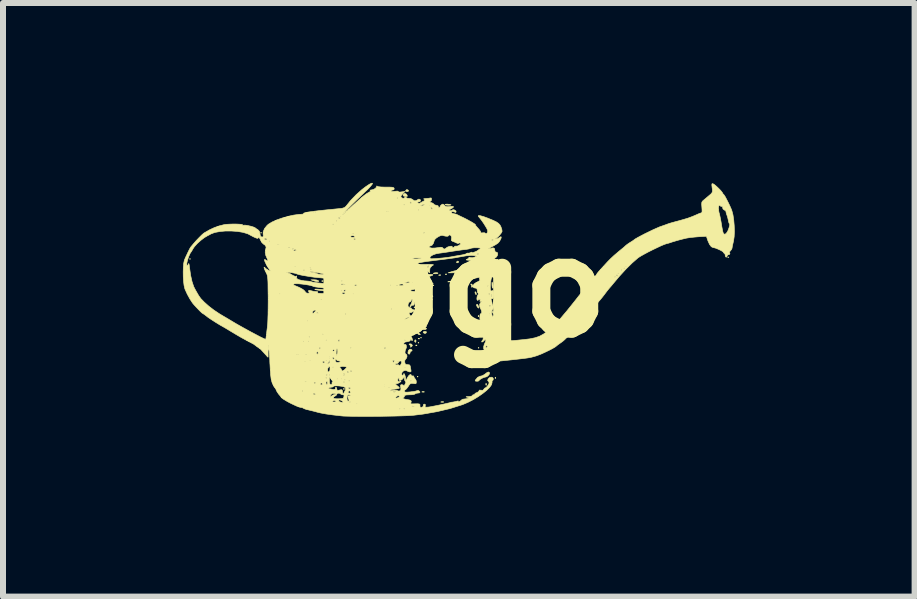
<source format=kicad_pcb>
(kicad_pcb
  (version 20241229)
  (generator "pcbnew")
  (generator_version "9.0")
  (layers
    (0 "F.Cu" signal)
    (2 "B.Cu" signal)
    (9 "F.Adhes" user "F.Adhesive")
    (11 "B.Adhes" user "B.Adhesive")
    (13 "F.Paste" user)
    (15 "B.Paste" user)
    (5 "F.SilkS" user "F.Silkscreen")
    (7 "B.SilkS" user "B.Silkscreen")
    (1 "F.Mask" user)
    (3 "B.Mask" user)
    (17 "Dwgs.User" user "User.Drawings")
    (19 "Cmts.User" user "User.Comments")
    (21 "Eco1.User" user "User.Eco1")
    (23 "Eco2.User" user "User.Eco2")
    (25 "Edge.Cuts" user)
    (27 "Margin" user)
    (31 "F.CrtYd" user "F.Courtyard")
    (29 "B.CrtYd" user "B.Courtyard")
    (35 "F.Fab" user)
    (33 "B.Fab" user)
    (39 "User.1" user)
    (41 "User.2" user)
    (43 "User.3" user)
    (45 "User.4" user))
  (footprint "logo"
    (layer "F.Cu")
    (at 4.598 1.741)
    (property "Reference" "logo" (at 0 0 0) (layer "F.SilkS") (effects (font (size 1.524 1.524) (thickness 0.3))))
    (attr through_hole)
    (fp_poly (pts (xy -4.473 -0.473) (xy -4.48 -0.466) (xy -4.487 -0.473) (xy -4.48 -0.48) (xy -4.473 -0.473)) (stroke (width 0.01) (type solid)) (fill yes) (layer "F.SilkS"))
    (fp_poly (pts (xy -3.288 -0.91) (xy -3.295 -0.903) (xy -3.302 -0.91) (xy -3.295 -0.917) (xy -3.288 -0.91)) (stroke (width 0.01) (type solid)) (fill yes) (layer "F.SilkS"))
    (fp_poly (pts (xy -0.677 1.489) (xy -0.684 1.496) (xy -0.691 1.489) (xy -0.684 1.482) (xy -0.677 1.489)) (stroke (width 0.01) (type solid)) (fill yes) (layer "F.SilkS"))
    (fp_poly (pts (xy -0.663 0.445) (xy -0.67 0.452) (xy -0.677 0.445) (xy -0.67 0.437) (xy -0.663 0.445)) (stroke (width 0.01) (type solid)) (fill yes) (layer "F.SilkS"))
    (fp_poly (pts (xy -0.663 0.924) (xy -0.67 0.931) (xy -0.677 0.924) (xy -0.67 0.917) (xy -0.663 0.924)) (stroke (width 0.01) (type solid)) (fill yes) (layer "F.SilkS"))
    (fp_poly (pts (xy -0.621 0.388) (xy -0.628 0.395) (xy -0.635 0.388) (xy -0.628 0.381) (xy -0.621 0.388)) (stroke (width 0.01) (type solid)) (fill yes) (layer "F.SilkS"))
    (fp_poly (pts (xy -0.621 0.84) (xy -0.628 0.847) (xy -0.635 0.84) (xy -0.628 0.833) (xy -0.621 0.84)) (stroke (width 0.01) (type solid)) (fill yes) (layer "F.SilkS"))
    (fp_poly (pts (xy -0.607 -0.078) (xy -0.614 -0.071) (xy -0.621 -0.078) (xy -0.614 -0.085) (xy -0.607 -0.078)) (stroke (width 0.01) (type solid)) (fill yes) (layer "F.SilkS"))
    (fp_poly (pts (xy -0.55 0.586) (xy -0.557 0.593) (xy -0.564 0.586) (xy -0.557 0.579) (xy -0.55 0.586)) (stroke (width 0.01) (type solid)) (fill yes) (layer "F.SilkS"))
    (fp_poly (pts (xy -0.437 0.205) (xy -0.445 0.212) (xy -0.452 0.205) (xy -0.445 0.198) (xy -0.437 0.205)) (stroke (width 0.01) (type solid)) (fill yes) (layer "F.SilkS"))
    (fp_poly (pts (xy 0.268 -0.416) (xy 0.261 -0.409) (xy 0.254 -0.416) (xy 0.261 -0.423) (xy 0.268 -0.416)) (stroke (width 0.01) (type solid)) (fill yes) (layer "F.SilkS"))
    (fp_poly (pts (xy 0.339 1.009) (xy 0.332 1.016) (xy 0.325 1.009) (xy 0.332 1.002) (xy 0.339 1.009)) (stroke (width 0.01) (type solid)) (fill yes) (layer "F.SilkS"))
    (fp_poly (pts (xy 0.494 1.108) (xy 0.487 1.115) (xy 0.48 1.108) (xy 0.487 1.101) (xy 0.494 1.108)) (stroke (width 0.01) (type solid)) (fill yes) (layer "F.SilkS"))
    (fp_poly (pts (xy 4.501 -0.501) (xy 4.494 -0.494) (xy 4.487 -0.501) (xy 4.494 -0.508) (xy 4.501 -0.501)) (stroke (width 0.01) (type solid)) (fill yes) (layer "F.SilkS"))
    (fp_poly (pts (xy -2.262 -0.108) (xy -2.264 -0.1) (xy -2.272 -0.099) (xy -2.284 -0.104) (xy -2.281 -0.108) (xy -2.265 -0.11) (xy -2.262 -0.108)) (stroke (width 0.01) (type solid)) (fill yes) (layer "F.SilkS"))
    (fp_poly (pts (xy -1.91 1.684) (xy -1.908 1.701) (xy -1.91 1.703) (xy -1.918 1.701) (xy -1.919 1.693) (xy -1.914 1.682) (xy -1.91 1.684)) (stroke (width 0.01) (type solid)) (fill yes) (layer "F.SilkS"))
    (fp_poly (pts (xy -0.724 0.329) (xy -0.726 0.338) (xy -0.734 0.339) (xy -0.745 0.334) (xy -0.743 0.329) (xy -0.726 0.328) (xy -0.724 0.329)) (stroke (width 0.01) (type solid)) (fill yes) (layer "F.SilkS"))
    (fp_poly (pts (xy -0.696 0.964) (xy -0.698 0.973) (xy -0.706 0.974) (xy -0.717 0.969) (xy -0.715 0.964) (xy -0.698 0.963) (xy -0.696 0.964)) (stroke (width 0.01) (type solid)) (fill yes) (layer "F.SilkS"))
    (fp_poly (pts (xy -0.654 0.851) (xy -0.656 0.86) (xy -0.663 0.861) (xy -0.675 0.856) (xy -0.673 0.851) (xy -0.656 0.85) (xy -0.654 0.851)) (stroke (width 0.01) (type solid)) (fill yes) (layer "F.SilkS"))
    (fp_poly (pts (xy -0.575 1.74) (xy -0.573 1.746) (xy -0.593 1.748) (xy -0.613 1.745) (xy -0.61 1.74) (xy -0.581 1.739) (xy -0.575 1.74)) (stroke (width 0.01) (type solid)) (fill yes) (layer "F.SilkS"))
    (fp_poly (pts (xy -0.414 -0.038) (xy -0.416 -0.029) (xy -0.423 -0.028) (xy -0.435 -0.033) (xy -0.433 -0.038) (xy -0.416 -0.039) (xy -0.414 -0.038)) (stroke (width 0.01) (type solid)) (fill yes) (layer "F.SilkS"))
    (fp_poly (pts (xy -0.3 -0.206) (xy -0.304 -0.2) (xy -0.319 -0.199) (xy -0.334 -0.202) (xy -0.327 -0.207) (xy -0.305 -0.209) (xy -0.3 -0.206)) (stroke (width 0.01) (type solid)) (fill yes) (layer "F.SilkS"))
    (fp_poly (pts (xy -0.202 -0.221) (xy -0.204 -0.213) (xy -0.212 -0.212) (xy -0.223 -0.217) (xy -0.221 -0.221) (xy -0.204 -0.223) (xy -0.202 -0.221)) (stroke (width 0.01) (type solid)) (fill yes) (layer "F.SilkS"))
    (fp_poly (pts (xy 0.334 0.47) (xy 0.336 0.487) (xy 0.334 0.489) (xy 0.326 0.487) (xy 0.325 0.48) (xy 0.33 0.468) (xy 0.334 0.47)) (stroke (width 0.01) (type solid)) (fill yes) (layer "F.SilkS"))
    (fp_poly (pts (xy 0.447 1.105) (xy 0.445 1.114) (xy 0.437 1.115) (xy 0.426 1.11) (xy 0.428 1.105) (xy 0.445 1.104) (xy 0.447 1.105)) (stroke (width 0.01) (type solid)) (fill yes) (layer "F.SilkS"))
    (fp_poly (pts (xy 0.461 1.606) (xy 0.463 1.628) (xy 0.46 1.633) (xy 0.454 1.629) (xy 0.453 1.615) (xy 0.456 1.599) (xy 0.461 1.606)) (stroke (width 0.01) (type solid)) (fill yes) (layer "F.SilkS"))
    (fp_poly (pts (xy 0.616 1.5) (xy 0.618 1.517) (xy 0.616 1.519) (xy 0.608 1.517) (xy 0.607 1.51) (xy 0.612 1.498) (xy 0.616 1.5)) (stroke (width 0.01) (type solid)) (fill yes) (layer "F.SilkS"))
    (fp_poly (pts (xy -0.84 -1.619) (xy -0.836 -1.612) (xy -0.843 -1.598) (xy -0.861 -1.595) (xy -0.883 -1.601) (xy -0.885 -1.612) (xy -0.868 -1.629) (xy -0.861 -1.63) (xy -0.84 -1.619)) (stroke (width 0.01) (type solid)) (fill yes) (layer "F.SilkS"))
    (fp_poly (pts (xy -0.712 0.886) (xy -0.71 0.896) (xy -0.717 0.915) (xy -0.722 0.917) (xy -0.732 0.906) (xy -0.734 0.896) (xy -0.727 0.877) (xy -0.722 0.875) (xy -0.712 0.886)) (stroke (width 0.01) (type solid)) (fill yes) (layer "F.SilkS"))
    (fp_poly (pts (xy -0.683 0.6) (xy -0.684 0.607) (xy -0.702 0.62) (xy -0.706 0.621) (xy -0.719 0.61) (xy -0.72 0.607) (xy -0.708 0.594) (xy -0.698 0.593) (xy -0.683 0.6)) (stroke (width 0.01) (type solid)) (fill yes) (layer "F.SilkS"))
    (fp_poly (pts (xy -0.542 0.739) (xy -0.536 0.747) (xy -0.547 0.766) (xy -0.573 0.767) (xy -0.575 0.766) (xy -0.592 0.752) (xy -0.585 0.739) (xy -0.564 0.734) (xy -0.542 0.739)) (stroke (width 0.01) (type solid)) (fill yes) (layer "F.SilkS"))
    (fp_poly (pts (xy -0.536 0.42) (xy -0.531 0.43) (xy -0.531 0.449) (xy -0.547 0.449) (xy -0.555 0.442) (xy -0.564 0.423) (xy -0.556 0.41) (xy -0.552 0.409) (xy -0.536 0.42)) (stroke (width 0.01) (type solid)) (fill yes) (layer "F.SilkS"))
    (fp_poly (pts (xy -0.449 0.135) (xy -0.44 0.139) (xy -0.429 0.151) (xy -0.442 0.159) (xy -0.468 0.157) (xy -0.48 0.147) (xy -0.49 0.131) (xy -0.478 0.127) (xy -0.449 0.135)) (stroke (width 0.01) (type solid)) (fill yes) (layer "F.SilkS"))
    (fp_poly (pts (xy -0.25 1.91) (xy -0.25 1.914) (xy -0.272 1.916) (xy -0.275 1.916) (xy -0.297 1.914) (xy -0.295 1.91) (xy -0.293 1.909) (xy -0.262 1.907) (xy -0.25 1.91)) (stroke (width 0.01) (type solid)) (fill yes) (layer "F.SilkS"))
    (fp_poly (pts (xy -0.000381 -0.427) (xy 0 -0.423) (xy -0.011 -0.411) (xy -0.022 -0.409) (xy -0.037 -0.416) (xy -0.035 -0.423) (xy -0.017 -0.437) (xy -0.013 -0.437) (xy -0.000381 -0.427)) (stroke (width 0.01) (type solid)) (fill yes) (layer "F.SilkS"))
    (fp_poly (pts (xy 0.284 0.078) (xy 0.291 0.09) (xy 0.295 0.114) (xy 0.293 0.121) (xy 0.283 0.116) (xy 0.277 0.104) (xy 0.272 0.081) (xy 0.275 0.074) (xy 0.284 0.078)) (stroke (width 0.01) (type solid)) (fill yes) (layer "F.SilkS"))
    (fp_poly (pts (xy 0.579 0.406) (xy 0.584 0.416) (xy 0.584 0.434) (xy 0.578 0.437) (xy 0.566 0.426) (xy 0.564 0.416) (xy 0.567 0.397) (xy 0.57 0.395) (xy 0.579 0.406)) (stroke (width 0.01) (type solid)) (fill yes) (layer "F.SilkS"))
    (fp_poly (pts (xy 0.32 0.294) (xy 0.331 0.318) (xy 0.336 0.341) (xy 0.335 0.347) (xy 0.324 0.341) (xy 0.314 0.331) (xy 0.299 0.306) (xy 0.299 0.287) (xy 0.309 0.282) (xy 0.32 0.294)) (stroke (width 0.01) (type solid)) (fill yes) (layer "F.SilkS"))
    (fp_poly (pts (xy -2.374 -0.123) (xy -2.346 -0.115) (xy -2.345 -0.115) (xy -2.333 -0.102) (xy -2.344 -0.096) (xy -2.37 -0.097) (xy -2.405 -0.105) (xy -2.413 -0.108) (xy -2.462 -0.125) (xy -2.413 -0.126) (xy -2.374 -0.123)) (stroke (width 0.01) (type solid)) (fill yes) (layer "F.SilkS"))
    (fp_poly (pts (xy -0.874 -1.555) (xy -0.862 -1.54) (xy -0.855 -1.52) (xy -0.868 -1.515) (xy -0.884 -1.515) (xy -0.913 -1.52) (xy -0.926 -1.528) (xy -0.926 -1.548) (xy -0.908 -1.564) (xy -0.896 -1.566) (xy -0.874 -1.555)) (stroke (width 0.01) (type solid)) (fill yes) (layer "F.SilkS"))
    (fp_poly (pts (xy -0.791 0.945) (xy -0.78 0.953) (xy -0.772 0.972) (xy -0.786 0.99) (xy -0.801 0.999) (xy -0.8 0.992) (xy -0.801 0.973) (xy -0.813 0.963) (xy -0.827 0.951) (xy -0.816 0.942) (xy -0.791 0.945)) (stroke (width 0.01) (type solid)) (fill yes) (layer "F.SilkS"))
    (fp_poly (pts (xy -0.358 -0.243) (xy -0.345 -0.238) (xy -0.351 -0.23) (xy -0.378 -0.226) (xy -0.38 -0.226) (xy -0.41 -0.227) (xy -0.423 -0.231) (xy -0.423 -0.231) (xy -0.412 -0.239) (xy -0.385 -0.243) (xy -0.358 -0.243)) (stroke (width 0.01) (type solid)) (fill yes) (layer "F.SilkS"))
    (fp_poly (pts (xy 0.564 -0.072) (xy 0.565 -0.071) (xy 0.575 -0.026) (xy 0.576 0.004) (xy 0.567 0.014) (xy 0.56 0.002) (xy 0.556 -0.03) (xy 0.555 -0.046) (xy 0.555 -0.08) (xy 0.558 -0.088) (xy 0.564 -0.072)) (stroke (width 0.01) (type solid)) (fill yes) (layer "F.SilkS"))
    (fp_poly (pts (xy -0.779 1.044) (xy -0.777 1.059) (xy -0.794 1.066) (xy -0.808 1.077) (xy -0.809 1.09) (xy -0.817 1.111) (xy -0.827 1.115) (xy -0.844 1.103) (xy -0.846 1.09) (xy -0.838 1.053) (xy -0.815 1.033) (xy -0.798 1.032) (xy -0.779 1.044)) (stroke (width 0.01) (type solid)) (fill yes) (layer "F.SilkS"))
    (fp_poly (pts (xy -0.176 -1.386) (xy -0.144 -1.38) (xy -0.127 -1.375) (xy -0.127 -1.374) (xy -0.139 -1.371) (xy -0.17 -1.369) (xy -0.176 -1.369) (xy -0.209 -1.372) (xy -0.225 -1.379) (xy -0.226 -1.38) (xy -0.214 -1.386) (xy -0.183 -1.386) (xy -0.176 -1.386)) (stroke (width 0.01) (type solid)) (fill yes) (layer "F.SilkS"))
    (fp_poly (pts (xy -0.526 -0.147) (xy -0.526 -0.147) (xy -0.497 -0.14) (xy -0.493 -0.131) (xy -0.509 -0.112) (xy -0.509 -0.111) (xy -0.535 -0.089) (xy -0.547 -0.088) (xy -0.55 -0.106) (xy -0.562 -0.124) (xy -0.574 -0.127) (xy -0.589 -0.132) (xy -0.584 -0.141) (xy -0.561 -0.149) (xy -0.526 -0.147)) (stroke (width 0.01) (type solid)) (fill yes) (layer "F.SilkS"))
    (fp_poly (pts (xy -0.541 0.639) (xy -0.539 0.653) (xy -0.55 0.664) (xy -0.562 0.675) (xy -0.554 0.677) (xy -0.537 0.686) (xy -0.536 0.691) (xy -0.548 0.701) (xy -0.578 0.706) (xy -0.579 0.706) (xy -0.609 0.701) (xy -0.62 0.685) (xy -0.621 0.677) (xy -0.608 0.649) (xy -0.589 0.636) (xy -0.56 0.631) (xy -0.541 0.639)) (stroke (width 0.01) (type solid)) (fill yes) (layer "F.SilkS"))
    (fp_poly (pts (xy 0.514 1.423) (xy 0.515 1.425) (xy 0.513 1.445) (xy 0.495 1.47) (xy 0.47 1.49) (xy 0.45 1.496) (xy 0.423 1.502) (xy 0.389 1.517) (xy 0.358 1.536) (xy 0.34 1.552) (xy 0.339 1.556) (xy 0.327 1.564) (xy 0.303 1.566) (xy 0.277 1.562) (xy 0.277 1.549) (xy 0.316 1.502) (xy 0.356 1.482) (xy 0.364 1.482) (xy 0.397 1.473) (xy 0.434 1.451) (xy 0.44 1.446) (xy 0.476 1.419) (xy 0.499 1.412) (xy 0.514 1.423)) (stroke (width 0.01) (type solid)) (fill yes) (layer "F.SilkS"))
    (fp_poly (pts (xy -0.751 0.624) (xy -0.717 0.639) (xy -0.693 0.653) (xy -0.693 0.666) (xy -0.709 0.685) (xy -0.727 0.705) (xy -0.722 0.713) (xy -0.699 0.717) (xy -0.675 0.725) (xy -0.672 0.737) (xy -0.67 0.756) (xy -0.656 0.771) (xy -0.638 0.786) (xy -0.644 0.79) (xy -0.653 0.79) (xy -0.674 0.783) (xy -0.677 0.775) (xy -0.688 0.768) (xy -0.711 0.771) (xy -0.736 0.782) (xy -0.75 0.794) (xy -0.763 0.798) (xy -0.768 0.792) (xy -0.772 0.768) (xy -0.769 0.762) (xy -0.77 0.742) (xy -0.779 0.728) (xy -0.794 0.719) (xy -0.81 0.727) (xy -0.833 0.751) (xy -0.856 0.776) (xy -0.867 0.781) (xy -0.872 0.767) (xy -0.876 0.729) (xy -0.878 0.714) (xy -0.873 0.692) (xy -0.844 0.677) (xy -0.836 0.675) (xy -0.805 0.661) (xy -0.799 0.654) (xy -0.771 0.654) (xy -0.769 0.662) (xy -0.762 0.663) (xy -0.75 0.658) (xy -0.753 0.654) (xy -0.769 0.652) (xy -0.771 0.654) (xy -0.799 0.654) (xy -0.79 0.643) (xy -0.79 0.642) (xy -0.78 0.624) (xy -0.751 0.624)) (stroke (width 0.01) (type solid)) (fill yes) (layer "F.SilkS"))
    (fp_poly (pts (xy -1.437 -1.736) (xy -1.442 -1.719) (xy -1.468 -1.686) (xy -1.513 -1.637) (xy -1.547 -1.605) (xy -1.625 -1.53) (xy -1.701 -1.457) (xy -1.771 -1.388) (xy -1.832 -1.327) (xy -1.881 -1.276) (xy -1.916 -1.239) (xy -1.932 -1.22) (xy -1.939 -1.209) (xy -1.927 -1.217) (xy -1.915 -1.228) (xy -1.887 -1.254) (xy -1.881 -1.259) (xy -1.207 -1.259) (xy -1.194 -1.257) (xy -1.175 -1.26) (xy -1.175 -1.264) (xy -1.194 -1.268) (xy -1.202 -1.266) (xy -1.207 -1.259) (xy -1.881 -1.259) (xy -1.846 -1.291) (xy -0.677 -1.291) (xy -0.67 -1.284) (xy -0.663 -1.291) (xy -0.67 -1.298) (xy -0.677 -1.291) (xy -1.846 -1.291) (xy -1.845 -1.292) (xy -1.801 -1.332) (xy -0.466 -1.332) (xy -0.459 -1.311) (xy -0.445 -1.303) (xy -0.44 -1.306) (xy -0.442 -1.32) (xy -0.449 -1.33) (xy -0.463 -1.337) (xy -0.466 -1.332) (xy -1.801 -1.332) (xy -1.799 -1.334) (xy -1.791 -1.341) (xy -1.772 -1.358) (xy -0.635 -1.358) (xy -0.624 -1.355) (xy -0.621 -1.355) (xy -0.594 -1.362) (xy -0.494 -1.362) (xy -0.487 -1.355) (xy -0.48 -1.362) (xy -0.487 -1.369) (xy -0.494 -1.362) (xy -0.594 -1.362) (xy -0.591 -1.362) (xy -0.579 -1.369) (xy -0.565 -1.38) (xy -0.575 -1.382) (xy -0.579 -1.382) (xy -0.609 -1.375) (xy -0.621 -1.369) (xy -0.635 -1.358) (xy -1.772 -1.358) (xy -1.752 -1.376) (xy -0.917 -1.376) (xy -0.91 -1.369) (xy -0.903 -1.376) (xy -0.91 -1.383) (xy -0.917 -1.376) (xy -1.752 -1.376) (xy -1.738 -1.389) (xy -1.707 -1.417) (xy -0.814 -1.417) (xy -0.811 -1.411) (xy -0.799 -1.398) (xy -0.796 -1.397) (xy -0.79 -1.408) (xy -0.79 -1.411) (xy -0.801 -1.425) (xy -0.805 -1.425) (xy -0.814 -1.417) (xy -1.707 -1.417) (xy -1.681 -1.441) (xy -1.632 -1.485) (xy -1.632 -1.485) (xy -1.628 -1.489) (xy -1.03 -1.489) (xy -1.023 -1.482) (xy -1.016 -1.489) (xy -1.023 -1.496) (xy -1.03 -1.489) (xy -1.628 -1.489) (xy -1.586 -1.524) (xy -1.539 -1.559) (xy -1.506 -1.579) (xy -1.475 -1.597) (xy -1.467 -1.61) (xy -1.47 -1.613) (xy -1.477 -1.62) (xy -1.465 -1.622) (xy -1.426 -1.63) (xy -1.391 -1.648) (xy -1.371 -1.67) (xy -1.369 -1.678) (xy -1.364 -1.691) (xy -1.358 -1.685) (xy -1.339 -1.678) (xy -1.296 -1.673) (xy -1.233 -1.671) (xy -1.214 -1.671) (xy -1.151 -1.671) (xy -1.111 -1.669) (xy -1.088 -1.664) (xy -1.078 -1.655) (xy -1.075 -1.647) (xy -1.08 -1.627) (xy -1.1 -1.623) (xy -1.123 -1.616) (xy -1.129 -1.607) (xy -1.117 -1.598) (xy -1.08 -1.599) (xy -1.064 -1.601) (xy -1.023 -1.605) (xy -1.007 -1.601) (xy -1.007 -1.597) (xy -1.001 -1.589) (xy -0.971 -1.589) (xy -0.956 -1.591) (xy -0.896 -1.598) (xy -0.935 -1.557) (xy -0.959 -1.527) (xy -0.963 -1.508) (xy -0.957 -1.499) (xy -0.929 -1.483) (xy -0.905 -1.489) (xy -0.898 -1.499) (xy -0.889 -1.509) (xy -0.878 -1.498) (xy -0.855 -1.485) (xy -0.831 -1.484) (xy -0.795 -1.479) (xy -0.77 -1.464) (xy -0.735 -1.442) (xy -0.704 -1.446) (xy -0.689 -1.458) (xy -0.663 -1.471) (xy -0.642 -1.464) (xy -0.635 -1.445) (xy -0.647 -1.429) (xy -0.666 -1.425) (xy -0.687 -1.422) (xy -0.683 -1.411) (xy -0.68 -1.408) (xy -0.66 -1.398) (xy -0.638 -1.408) (xy -0.606 -1.427) (xy -0.589 -1.434) (xy -0.567 -1.449) (xy -0.57 -1.465) (xy -0.582 -1.472) (xy -0.582 -1.477) (xy -0.559 -1.48) (xy -0.548 -1.481) (xy -0.507 -1.484) (xy -0.476 -1.489) (xy -0.474 -1.49) (xy -0.456 -1.489) (xy -0.452 -1.469) (xy -0.457 -1.445) (xy -0.466 -1.439) (xy -0.479 -1.429) (xy -0.48 -1.425) (xy -0.468 -1.414) (xy -0.453 -1.411) (xy -0.427 -1.401) (xy -0.418 -1.39) (xy -0.399 -1.374) (xy -0.374 -1.369) (xy -0.345 -1.361) (xy -0.339 -1.346) (xy -0.331 -1.33) (xy -0.323 -1.329) (xy -0.31 -1.342) (xy -0.31 -1.346) (xy -0.302 -1.362) (xy -0.287 -1.377) (xy -0.265 -1.388) (xy -0.247 -1.379) (xy -0.237 -1.367) (xy -0.217 -1.35) (xy -0.191 -1.344) (xy -0.149 -1.348) (xy -0.105 -1.351) (xy -0.086 -1.345) (xy -0.093 -1.33) (xy -0.128 -1.309) (xy -0.128 -1.309) (xy -0.155 -1.294) (xy -0.158 -1.285) (xy -0.147 -1.278) (xy -0.122 -1.278) (xy -0.112 -1.285) (xy -0.093 -1.295) (xy -0.066 -1.289) (xy -0.046 -1.273) (xy -0.042 -1.261) (xy -0.047 -1.248) (xy -0.067 -1.254) (xy -0.071 -1.256) (xy -0.099 -1.264) (xy -0.118 -1.259) (xy -0.121 -1.244) (xy -0.119 -1.241) (xy -0.1 -1.23) (xy -0.084 -1.228) (xy -0.047 -1.221) (xy -0.032 -1.215) (xy -0.006 -1.202) (xy 0.035 -1.182) (xy 0.078 -1.162) (xy 0.124 -1.139) (xy 0.172 -1.113) (xy 0.217 -1.088) (xy 0.254 -1.065) (xy 0.276 -1.05) (xy 0.279 -1.044) (xy 0.281 -1.035) (xy 0.297 -1.014) (xy 0.301 -1.01) (xy 0.34 -0.966) (xy 0.362 -0.936) (xy 0.37 -0.918) (xy 0.37 -0.912) (xy 0.378 -0.906) (xy 0.401 -0.909) (xy 0.43 -0.91) (xy 0.445 -0.902) (xy 0.46 -0.894) (xy 0.475 -0.906) (xy 0.484 -0.929) (xy 0.483 -0.949) (xy 0.471 -0.978) (xy 0.446 -1.021) (xy 0.415 -1.07) (xy 0.382 -1.117) (xy 0.354 -1.153) (xy 0.345 -1.163) (xy 0.326 -1.187) (xy 0.332 -1.197) (xy 0.362 -1.194) (xy 0.416 -1.179) (xy 0.495 -1.15) (xy 0.501 -1.147) (xy 0.577 -1.116) (xy 0.63 -1.09) (xy 0.666 -1.065) (xy 0.69 -1.038) (xy 0.705 -1.009) (xy 0.719 -0.969) (xy 0.724 -0.937) (xy 0.723 -0.93) (xy 0.708 -0.902) (xy 0.68 -0.867) (xy 0.648 -0.834) (xy 0.621 -0.815) (xy 0.62 -0.815) (xy 0.608 -0.808) (xy 0.622 -0.805) (xy 0.65 -0.813) (xy 0.671 -0.825) (xy 0.7 -0.843) (xy 0.711 -0.84) (xy 0.706 -0.815) (xy 0.703 -0.808) (xy 0.683 -0.769) (xy 0.658 -0.739) (xy 0.62 -0.713) (xy 0.572 -0.686) (xy 0.532 -0.665) (xy 0.506 -0.648) (xy 0.499 -0.639) (xy 0.515 -0.64) (xy 0.536 -0.649) (xy 0.573 -0.659) (xy 0.597 -0.648) (xy 0.603 -0.618) (xy 0.603 -0.618) (xy 0.607 -0.593) (xy 0.624 -0.588) (xy 0.645 -0.58) (xy 0.652 -0.557) (xy 0.645 -0.528) (xy 0.626 -0.502) (xy 0.61 -0.491) (xy 0.582 -0.469) (xy 0.568 -0.444) (xy 0.569 -0.429) (xy 0.572 -0.432) (xy 0.59 -0.443) (xy 0.607 -0.441) (xy 0.63 -0.442) (xy 0.635 -0.45) (xy 0.645 -0.465) (xy 0.649 -0.466) (xy 0.66 -0.454) (xy 0.663 -0.433) (xy 0.651 -0.399) (xy 0.614 -0.359) (xy 0.607 -0.353) (xy 0.575 -0.324) (xy 0.554 -0.302) (xy 0.55 -0.294) (xy 0.563 -0.286) (xy 0.593 -0.282) (xy 0.6 -0.282) (xy 0.632 -0.28) (xy 0.649 -0.276) (xy 0.649 -0.275) (xy 0.641 -0.255) (xy 0.623 -0.228) (xy 0.602 -0.205) (xy 0.59 -0.198) (xy 0.563 -0.184) (xy 0.543 -0.144) (xy 0.532 -0.078) (xy 0.531 -0.064) (xy 0.528 0.004) (xy 0.531 0.045) (xy 0.541 0.062) (xy 0.557 0.057) (xy 0.572 0.053) (xy 0.581 0.073) (xy 0.583 0.081) (xy 0.587 0.126) (xy 0.581 0.164) (xy 0.569 0.188) (xy 0.554 0.191) (xy 0.54 0.191) (xy 0.543 0.208) (xy 0.554 0.244) (xy 0.557 0.261) (xy 0.563 0.3) (xy 0.568 0.312) (xy 0.574 0.296) (xy 0.579 0.268) (xy 0.588 0.205) (xy 0.591 0.271) (xy 0.587 0.325) (xy 0.572 0.358) (xy 0.572 0.358) (xy 0.554 0.392) (xy 0.551 0.439) (xy 0.559 0.473) (xy 0.569 0.488) (xy 0.582 0.477) (xy 0.589 0.476) (xy 0.59 0.501) (xy 0.588 0.521) (xy 0.581 0.56) (xy 0.572 0.587) (xy 0.569 0.591) (xy 0.557 0.612) (xy 0.558 0.64) (xy 0.568 0.661) (xy 0.577 0.664) (xy 0.59 0.668) (xy 0.582 0.673) (xy 0.571 0.69) (xy 0.565 0.724) (xy 0.565 0.731) (xy 0.567 0.763) (xy 0.573 0.769) (xy 0.579 0.762) (xy 0.589 0.752) (xy 0.592 0.766) (xy 0.592 0.777) (xy 0.603 0.813) (xy 0.628 0.847) (xy 0.651 0.866) (xy 0.663 0.872) (xy 0.663 0.871) (xy 0.674 0.871) (xy 0.7 0.881) (xy 0.701 0.882) (xy 0.716 0.889) (xy 0.733 0.894) (xy 0.756 0.896) (xy 0.788 0.896) (xy 0.833 0.894) (xy 0.895 0.889) (xy 0.978 0.882) (xy 1.079 0.872) (xy 1.188 0.859) (xy 1.275 0.841) (xy 1.349 0.816) (xy 1.416 0.779) (xy 1.484 0.729) (xy 1.542 0.678) (xy 1.566 0.656) (xy 1.891 0.656) (xy 1.898 0.663) (xy 1.902 0.659) (xy 1.937 0.659) (xy 1.943 0.663) (xy 1.961 0.654) (xy 1.976 0.639) (xy 1.997 0.608) (xy 2.014 0.575) (xy 2.022 0.549) (xy 2.019 0.536) (xy 2.018 0.536) (xy 2.002 0.547) (xy 1.989 0.565) (xy 1.974 0.584) (xy 1.963 0.587) (xy 1.953 0.591) (xy 1.951 0.597) (xy 1.946 0.624) (xy 1.94 0.639) (xy 1.937 0.659) (xy 1.902 0.659) (xy 1.905 0.656) (xy 1.898 0.649) (xy 1.891 0.656) (xy 1.566 0.656) (xy 1.582 0.64) (xy 1.621 0.603) (xy 1.659 0.562) (xy 1.701 0.516) (xy 1.748 0.46) (xy 1.804 0.394) (xy 1.87 0.312) (xy 1.949 0.213) (xy 2.006 0.14) (xy 2.05 0.086) (xy 2.089 0.038) (xy 2.119 0.002) (xy 2.136 -0.017) (xy 2.154 -0.04) (xy 2.16 -0.052) (xy 2.17 -0.068) (xy 2.195 -0.092) (xy 2.202 -0.098) (xy 2.229 -0.124) (xy 2.243 -0.145) (xy 2.244 -0.148) (xy 2.254 -0.167) (xy 2.267 -0.179) (xy 2.599 -0.179) (xy 2.602 -0.172) (xy 2.616 -0.156) (xy 2.625 -0.159) (xy 2.625 -0.161) (xy 2.615 -0.173) (xy 2.608 -0.178) (xy 2.599 -0.179) (xy 2.267 -0.179) (xy 2.272 -0.183) (xy 2.294 -0.203) (xy 2.294 -0.204) (xy 2.628 -0.204) (xy 2.631 -0.198) (xy 2.645 -0.184) (xy 2.647 -0.194) (xy 2.644 -0.205) (xy 2.633 -0.221) (xy 2.629 -0.22) (xy 2.628 -0.204) (xy 2.294 -0.204) (xy 2.3 -0.215) (xy 2.309 -0.231) (xy 2.311 -0.233) (xy 2.653 -0.233) (xy 2.66 -0.226) (xy 2.667 -0.233) (xy 2.66 -0.24) (xy 2.653 -0.233) (xy 2.311 -0.233) (xy 2.332 -0.26) (xy 2.355 -0.286) (xy 2.358 -0.289) (xy 2.709 -0.289) (xy 2.716 -0.282) (xy 2.723 -0.289) (xy 2.716 -0.296) (xy 2.709 -0.289) (xy 2.358 -0.289) (xy 2.384 -0.318) (xy 2.752 -0.318) (xy 2.759 -0.31) (xy 2.766 -0.318) (xy 2.759 -0.325) (xy 2.752 -0.318) (xy 2.384 -0.318) (xy 2.393 -0.328) (xy 2.41 -0.346) (xy 2.78 -0.346) (xy 2.787 -0.339) (xy 2.794 -0.346) (xy 2.787 -0.353) (xy 2.78 -0.346) (xy 2.41 -0.346) (xy 2.44 -0.379) (xy 2.484 -0.427) (xy 2.533 -0.477) (xy 2.592 -0.532) (xy 2.651 -0.582) (xy 2.659 -0.589) (xy 2.706 -0.628) (xy 2.748 -0.662) (xy 2.776 -0.687) (xy 2.782 -0.693) (xy 2.809 -0.715) (xy 2.847 -0.741) (xy 2.86 -0.749) (xy 2.894 -0.77) (xy 2.917 -0.786) (xy 2.921 -0.789) (xy 2.942 -0.805) (xy 2.983 -0.829) (xy 3.039 -0.859) (xy 3.104 -0.893) (xy 3.174 -0.927) (xy 3.242 -0.96) (xy 3.303 -0.987) (xy 3.351 -1.008) (xy 3.366 -1.013) (xy 3.417 -1.031) (xy 3.462 -1.047) (xy 3.486 -1.056) (xy 3.515 -1.066) (xy 3.563 -1.08) (xy 3.621 -1.096) (xy 3.641 -1.101) (xy 3.742 -1.129) (xy 3.825 -1.154) (xy 3.898 -1.181) (xy 3.961 -1.208) (xy 4.004 -1.227) (xy 4.037 -1.239) (xy 4.049 -1.242) (xy 4.058 -1.254) (xy 4.059 -1.292) (xy 4.058 -1.299) (xy 4.333 -1.299) (xy 4.34 -1.253) (xy 4.347 -1.228) (xy 4.357 -1.186) (xy 4.368 -1.131) (xy 4.375 -1.094) (xy 4.387 -1.019) (xy 4.397 -0.966) (xy 4.404 -0.932) (xy 4.41 -0.911) (xy 4.416 -0.898) (xy 4.421 -0.892) (xy 4.44 -0.884) (xy 4.463 -0.901) (xy 4.487 -0.937) (xy 4.507 -0.989) (xy 4.508 -0.992) (xy 4.518 -1.03) (xy 4.52 -1.054) (xy 4.517 -1.058) (xy 4.508 -1.071) (xy 4.499 -1.102) (xy 4.498 -1.111) (xy 4.487 -1.16) (xy 4.473 -1.205) (xy 4.472 -1.206) (xy 4.461 -1.241) (xy 4.457 -1.264) (xy 4.457 -1.265) (xy 4.447 -1.281) (xy 4.431 -1.288) (xy 4.407 -1.307) (xy 4.403 -1.326) (xy 4.398 -1.347) (xy 4.39 -1.348) (xy 4.371 -1.35) (xy 4.368 -1.354) (xy 4.352 -1.37) (xy 4.34 -1.363) (xy 4.334 -1.338) (xy 4.333 -1.299) (xy 4.058 -1.299) (xy 4.056 -1.331) (xy 4.052 -1.386) (xy 4.055 -1.419) (xy 4.066 -1.437) (xy 4.066 -1.437) (xy 4.09 -1.458) (xy 4.12 -1.483) (xy 4.171 -1.526) (xy 4.205 -1.555) (xy 4.224 -1.577) (xy 4.231 -1.597) (xy 4.232 -1.62) (xy 4.228 -1.653) (xy 4.227 -1.658) (xy 4.222 -1.702) (xy 4.223 -1.724) (xy 4.231 -1.729) (xy 4.243 -1.726) (xy 4.266 -1.712) (xy 4.299 -1.684) (xy 4.336 -1.649) (xy 4.37 -1.614) (xy 4.394 -1.584) (xy 4.403 -1.568) (xy 4.412 -1.553) (xy 4.416 -1.552) (xy 4.426 -1.54) (xy 4.446 -1.509) (xy 4.47 -1.463) (xy 4.497 -1.41) (xy 4.523 -1.356) (xy 4.545 -1.306) (xy 4.556 -1.277) (xy 4.574 -1.209) (xy 4.587 -1.122) (xy 4.595 -1.026) (xy 4.598 -0.93) (xy 4.594 -0.844) (xy 4.584 -0.776) (xy 4.572 -0.723) (xy 4.564 -0.689) (xy 4.561 -0.669) (xy 4.559 -0.655) (xy 4.559 -0.653) (xy 4.549 -0.63) (xy 4.53 -0.607) (xy 4.514 -0.587) (xy 4.515 -0.579) (xy 4.515 -0.579) (xy 4.523 -0.568) (xy 4.521 -0.557) (xy 4.507 -0.543) (xy 4.499 -0.545) (xy 4.485 -0.54) (xy 4.478 -0.524) (xy 4.466 -0.503) (xy 4.453 -0.507) (xy 4.445 -0.531) (xy 4.445 -0.537) (xy 4.439 -0.56) (xy 4.431 -0.564) (xy 4.418 -0.576) (xy 4.417 -0.582) (xy 4.405 -0.595) (xy 4.374 -0.614) (xy 4.334 -0.633) (xy 4.292 -0.651) (xy 4.256 -0.661) (xy 4.242 -0.663) (xy 4.213 -0.677) (xy 4.184 -0.715) (xy 4.157 -0.774) (xy 4.154 -0.783) (xy 4.131 -0.851) (xy 3.995 -0.843) (xy 3.926 -0.837) (xy 3.859 -0.83) (xy 3.804 -0.821) (xy 3.789 -0.818) (xy 3.723 -0.802) (xy 3.655 -0.784) (xy 3.594 -0.766) (xy 3.548 -0.752) (xy 3.535 -0.747) (xy 3.5 -0.736) (xy 3.464 -0.727) (xy 3.429 -0.715) (xy 3.376 -0.693) (xy 3.31 -0.662) (xy 3.237 -0.627) (xy 3.163 -0.59) (xy 3.094 -0.553) (xy 3.037 -0.521) (xy 2.996 -0.495) (xy 2.987 -0.488) (xy 2.892 -0.405) (xy 2.788 -0.302) (xy 2.68 -0.184) (xy 2.574 -0.058) (xy 2.547 -0.025) (xy 2.526 -0.001) (xy 2.508 0.02) (xy 2.478 0.057) (xy 2.443 0.103) (xy 2.436 0.113) (xy 2.401 0.158) (xy 2.372 0.194) (xy 2.353 0.216) (xy 2.35 0.219) (xy 2.333 0.239) (xy 2.308 0.272) (xy 2.301 0.282) (xy 2.268 0.326) (xy 2.22 0.385) (xy 2.162 0.454) (xy 2.098 0.529) (xy 2.031 0.604) (xy 1.967 0.675) (xy 1.909 0.737) (xy 1.862 0.784) (xy 1.842 0.803) (xy 1.806 0.835) (xy 1.774 0.866) (xy 1.772 0.869) (xy 1.741 0.896) (xy 1.701 0.926) (xy 1.693 0.931) (xy 1.659 0.955) (xy 1.634 0.975) (xy 1.63 0.979) (xy 1.606 0.997) (xy 1.563 1.022) (xy 1.507 1.051) (xy 1.444 1.081) (xy 1.381 1.11) (xy 1.343 1.125) (xy 1.298 1.142) (xy 1.254 1.155) (xy 1.208 1.167) (xy 1.154 1.177) (xy 1.087 1.186) (xy 1.002 1.196) (xy 0.894 1.208) (xy 0.886 1.209) (xy 0.664 1.232) (xy 0.614 1.194) (xy 0.584 1.167) (xy 0.566 1.145) (xy 0.564 1.139) (xy 0.555 1.122) (xy 0.534 1.1) (xy 0.51 1.081) (xy 0.489 1.069) (xy 0.48 1.071) (xy 0.48 1.071) (xy 0.47 1.086) (xy 0.466 1.087) (xy 0.453 1.075) (xy 0.452 1.067) (xy 0.44 1.045) (xy 0.439 1.044) (xy 0.652 1.044) (xy 0.654 1.07) (xy 0.658 1.073) (xy 0.659 1.069) (xy 0.66 1.044) (xy 0.677 1.044) (xy 0.682 1.056) (xy 0.687 1.054) (xy 0.688 1.037) (xy 0.687 1.035) (xy 0.678 1.037) (xy 0.677 1.044) (xy 0.66 1.044) (xy 0.661 1.033) (xy 0.659 1.02) (xy 0.655 1.015) (xy 0.653 1.035) (xy 0.652 1.044) (xy 0.439 1.044) (xy 0.431 1.039) (xy 0.417 1.024) (xy 0.417 0.996) (xy 0.452 0.996) (xy 0.458 1.01) (xy 0.466 1.009) (xy 0.479 0.991) (xy 0.48 0.987) (xy 0.469 0.974) (xy 0.466 0.974) (xy 0.453 0.985) (xy 0.452 0.996) (xy 0.417 0.996) (xy 0.417 0.991) (xy 0.418 0.985) (xy 0.428 0.949) (xy 0.439 0.926) (xy 0.439 0.925) (xy 0.45 0.901) (xy 0.452 0.884) (xy 0.45 0.867) (xy 0.441 0.87) (xy 0.423 0.889) (xy 0.401 0.909) (xy 0.385 0.912) (xy 0.385 0.912) (xy 0.386 0.897) (xy 0.394 0.889) (xy 0.405 0.874) (xy 0.411 0.84) (xy 0.412 0.785) (xy 0.412 0.767) (xy 0.408 0.673) (xy 0.402 0.605) (xy 0.393 0.564) (xy 0.388 0.557) (xy 0.522 0.557) (xy 0.529 0.564) (xy 0.536 0.557) (xy 0.529 0.55) (xy 0.522 0.557) (xy 0.388 0.557) (xy 0.381 0.546) (xy 0.372 0.546) (xy 0.359 0.544) (xy 0.354 0.521) (xy 0.353 0.495) (xy 0.357 0.454) (xy 0.359 0.452) (xy 0.508 0.452) (xy 0.513 0.463) (xy 0.517 0.461) (xy 0.519 0.444) (xy 0.517 0.442) (xy 0.509 0.444) (xy 0.508 0.452) (xy 0.359 0.452) (xy 0.368 0.438) (xy 0.373 0.437) (xy 0.384 0.427) (xy 0.384 0.4) (xy 0.373 0.369) (xy 0.367 0.36) (xy 0.351 0.322) (xy 0.351 0.31) (xy 0.508 0.31) (xy 0.513 0.324) (xy 0.514 0.325) (xy 0.526 0.315) (xy 0.529 0.31) (xy 0.528 0.297) (xy 0.523 0.296) (xy 0.509 0.307) (xy 0.508 0.31) (xy 0.351 0.31) (xy 0.35 0.284) (xy 0.361 0.262) (xy 0.378 0.24) (xy 0.379 0.23) (xy 0.364 0.234) (xy 0.354 0.235) (xy 0.357 0.22) (xy 0.36 0.204) (xy 0.354 0.204) (xy 0.338 0.201) (xy 0.333 0.194) (xy 0.328 0.188) (xy 0.328 0.198) (xy 0.324 0.217) (xy 0.318 0.219) (xy 0.306 0.207) (xy 0.304 0.18) (xy 0.31 0.147) (xy 0.323 0.123) (xy 0.334 0.103) (xy 0.327 0.099) (xy 0.324 0.096) (xy 0.503 0.096) (xy 0.505 0.121) (xy 0.506 0.122) (xy 0.512 0.146) (xy 0.517 0.143) (xy 0.519 0.136) (xy 0.519 0.134) (xy 0.539 0.134) (xy 0.54 0.158) (xy 0.545 0.16) (xy 0.545 0.159) (xy 0.548 0.131) (xy 0.546 0.117) (xy 0.542 0.111) (xy 0.539 0.13) (xy 0.539 0.134) (xy 0.519 0.134) (xy 0.517 0.107) (xy 0.511 0.096) (xy 0.503 0.096) (xy 0.324 0.096) (xy 0.315 0.087) (xy 0.31 0.057) (xy 0.31 0.056) (xy 0.306 0.025) (xy 0.289 0.014) (xy 0.283 0.014) (xy 0.256 0.008) (xy 0.247 -0.00023) (xy 0.229 -0.008) (xy 0.221 -0.005) (xy 0.212 -0.003) (xy 0.215 -0.007) (xy 0.216 -0.026) (xy 0.21 -0.038) (xy 0.201 -0.053) (xy 0.21 -0.056) (xy 0.225 -0.047) (xy 0.226 -0.042) (xy 0.237 -0.029) (xy 0.241 -0.028) (xy 0.48 -0.028) (xy 0.485 -0.017) (xy 0.489 -0.019) (xy 0.491 -0.036) (xy 0.489 -0.038) (xy 0.481 -0.036) (xy 0.48 -0.028) (xy 0.241 -0.028) (xy 0.25 -0.037) (xy 0.248 -0.041) (xy 0.255 -0.054) (xy 0.281 -0.073) (xy 0.29 -0.078) (xy 0.339 -0.078) (xy 0.346 -0.071) (xy 0.353 -0.078) (xy 0.346 -0.085) (xy 0.339 -0.078) (xy 0.29 -0.078) (xy 0.306 -0.086) (xy 0.34 -0.105) (xy 0.357 -0.119) (xy 0.356 -0.123) (xy 0.346 -0.139) (xy 0.348 -0.15) (xy 0.348 -0.164) (xy 0.328 -0.164) (xy 0.323 -0.163) (xy 0.22 -0.14) (xy 0.135 -0.123) (xy 0.056 -0.11) (xy -0.026 -0.1) (xy -0.034 -0.099) (xy -0.094 -0.094) (xy -0.142 -0.09) (xy -0.173 -0.09) (xy -0.181 -0.091) (xy -0.174 -0.097) (xy -0.151 -0.099) (xy -0.123 -0.103) (xy -0.113 -0.113) (xy -0.1 -0.122) (xy -0.069 -0.127) (xy -0.056 -0.127) (xy -0.021 -0.13) (xy -0.005 -0.136) (xy 0.047 -0.136) (xy 0.049 -0.128) (xy 0.056 -0.127) (xy 0.068 -0.132) (xy 0.066 -0.136) (xy 0.049 -0.138) (xy 0.047 -0.136) (xy -0.005 -0.136) (xy -0.001 -0.138) (xy 0 -0.141) (xy 0.012 -0.151) (xy 0.039 -0.155) (xy 0.077 -0.16) (xy 0.128 -0.172) (xy 0.186 -0.189) (xy 0.243 -0.209) (xy 0.294 -0.23) (xy 0.333 -0.249) (xy 0.333 -0.249) (xy 0.442 -0.249) (xy 0.444 -0.241) (xy 0.452 -0.24) (xy 0.463 -0.245) (xy 0.461 -0.249) (xy 0.444 -0.251) (xy 0.442 -0.249) (xy 0.333 -0.249) (xy 0.352 -0.264) (xy 0.353 -0.267) (xy 0.358 -0.278) (xy 0.484 -0.278) (xy 0.486 -0.269) (xy 0.494 -0.268) (xy 0.506 -0.273) (xy 0.503 -0.278) (xy 0.487 -0.279) (xy 0.484 -0.278) (xy 0.358 -0.278) (xy 0.362 -0.286) (xy 0.377 -0.305) (xy 0.392 -0.321) (xy 0.386 -0.325) (xy 0.36 -0.32) (xy 0.323 -0.312) (xy 0.271 -0.303) (xy 0.227 -0.296) (xy 0.164 -0.285) (xy 0.09 -0.272) (xy 0.037 -0.261) (xy -0.023 -0.25) (xy -0.08 -0.243) (xy -0.12 -0.241) (xy -0.176 -0.242) (xy -0.113 -0.262) (xy -0.07 -0.274) (xy -0.035 -0.281) (xy -0.026 -0.282) (xy 0.004 -0.288) (xy 0.038 -0.299) (xy 0.071 -0.312) (xy 0.092 -0.318) (xy 0.129 -0.326) (xy 0.169 -0.338) (xy 0.199 -0.35) (xy 0.205 -0.354) (xy 0.228 -0.365) (xy 0.233 -0.366) (xy 0.262 -0.379) (xy 0.287 -0.408) (xy 0.296 -0.437) (xy 0.289 -0.461) (xy 0.273 -0.465) (xy 0.263 -0.455) (xy 0.247 -0.45) (xy 0.211 -0.449) (xy 0.181 -0.45) (xy 0.14 -0.454) (xy 0.125 -0.458) (xy 0.132 -0.465) (xy 0.138 -0.467) (xy 0.162 -0.482) (xy 0.169 -0.494) (xy 0.179 -0.502) (xy 0.194 -0.496) (xy 0.23 -0.493) (xy 0.261 -0.502) (xy 0.303 -0.52) (xy 0.268 -0.528) (xy 0.212 -0.533) (xy 0.13 -0.526) (xy 0.042 -0.511) (xy -0.068 -0.491) (xy -0.206 -0.472) (xy -0.367 -0.452) (xy -0.472 -0.439) (xy -0.561 -0.427) (xy -0.631 -0.415) (xy -0.68 -0.404) (xy -0.703 -0.395) (xy -0.706 -0.392) (xy -0.693 -0.386) (xy -0.659 -0.383) (xy -0.61 -0.382) (xy -0.603 -0.382) (xy -0.518 -0.383) (xy -0.46 -0.382) (xy -0.427 -0.379) (xy -0.42 -0.373) (xy -0.428 -0.369) (xy -0.451 -0.354) (xy -0.456 -0.345) (xy -0.467 -0.335) (xy -0.469 -0.335) (xy -0.476 -0.326) (xy -0.481 -0.299) (xy -0.483 -0.267) (xy -0.481 -0.248) (xy -0.487 -0.245) (xy -0.5 -0.253) (xy -0.517 -0.263) (xy -0.522 -0.25) (xy -0.522 -0.24) (xy -0.518 -0.218) (xy -0.5 -0.213) (xy -0.479 -0.215) (xy -0.447 -0.216) (xy -0.429 -0.21) (xy -0.429 -0.21) (xy -0.437 -0.199) (xy -0.469 -0.188) (xy -0.521 -0.176) (xy -0.591 -0.165) (xy -0.628 -0.161) (xy -0.677 -0.155) (xy -0.701 -0.151) (xy -0.701 -0.147) (xy -0.682 -0.142) (xy -0.677 -0.141) (xy -0.649 -0.133) (xy -0.648 -0.125) (xy -0.674 -0.116) (xy -0.724 -0.106) (xy -0.756 -0.098) (xy -0.77 -0.088) (xy -0.77 -0.086) (xy -0.749 -0.074) (xy -0.708 -0.065) (xy -0.652 -0.058) (xy -0.588 -0.054) (xy -0.525 -0.053) (xy -0.467 -0.057) (xy -0.452 -0.059) (xy -0.426 -0.062) (xy -0.423 -0.062) (xy -0.427 -0.061) (xy -0.448 -0.049) (xy -0.452 -0.041) (xy -0.464 -0.034) (xy -0.496 -0.029) (xy -0.516 -0.028) (xy -0.555 -0.026) (xy -0.572 -0.018) (xy -0.572 -0.014) (xy -0.552 -0.003) (xy -0.53 0) (xy -0.5 0.011) (xy -0.49 0.027) (xy -0.489 0.057) (xy -0.508 0.069) (xy -0.524 0.071) (xy -0.545 0.077) (xy -0.55 0.091) (xy -0.535 0.099) (xy -0.533 0.099) (xy -0.529 0.106) (xy -0.543 0.121) (xy -0.56 0.146) (xy -0.553 0.172) (xy -0.523 0.193) (xy -0.507 0.198) (xy -0.485 0.204) (xy -0.487 0.21) (xy -0.515 0.218) (xy -0.515 0.218) (xy -0.549 0.227) (xy -0.572 0.232) (xy -0.631 0.244) (xy -0.666 0.264) (xy -0.681 0.293) (xy -0.681 0.294) (xy -0.685 0.318) (xy -0.689 0.318) (xy -0.696 0.292) (xy -0.698 0.286) (xy -0.71 0.251) (xy -0.723 0.241) (xy -0.734 0.258) (xy -0.736 0.272) (xy -0.748 0.297) (xy -0.766 0.299) (xy -0.786 0.302) (xy -0.79 0.31) (xy -0.801 0.324) (xy -0.806 0.325) (xy -0.814 0.317) (xy -0.808 0.307) (xy -0.793 0.28) (xy -0.78 0.247) (xy -0.773 0.216) (xy -0.774 0.199) (xy -0.777 0.198) (xy -0.789 0.209) (xy -0.79 0.219) (xy -0.801 0.237) (xy -0.811 0.24) (xy -0.829 0.252) (xy -0.842 0.279) (xy -0.845 0.31) (xy -0.84 0.324) (xy -0.819 0.337) (xy -0.811 0.339) (xy -0.792 0.346) (xy -0.79 0.351) (xy -0.778 0.364) (xy -0.758 0.373) (xy -0.736 0.38) (xy -0.739 0.39) (xy -0.754 0.402) (xy -0.787 0.419) (xy -0.809 0.423) (xy -0.826 0.425) (xy -0.826 0.436) (xy -0.813 0.459) (xy -0.798 0.483) (xy -0.801 0.493) (xy -0.81 0.494) (xy -0.848 0.502) (xy -0.882 0.52) (xy -0.901 0.544) (xy -0.903 0.552) (xy -0.898 0.569) (xy -0.878 0.573) (xy -0.857 0.57) (xy -0.82 0.563) (xy -0.795 0.557) (xy -0.795 0.557) (xy -0.773 0.559) (xy -0.771 0.576) (xy -0.778 0.588) (xy -0.799 0.599) (xy -0.82 0.592) (xy -0.851 0.583) (xy -0.866 0.597) (xy -0.865 0.621) (xy -0.866 0.644) (xy -0.879 0.649) (xy -0.902 0.661) (xy -0.917 0.692) (xy -0.918 0.725) (xy -0.92 0.743) (xy -0.938 0.745) (xy -0.953 0.742) (xy -0.98 0.739) (xy -0.985 0.748) (xy -0.984 0.751) (xy -0.967 0.763) (xy -0.937 0.766) (xy -0.914 0.766) (xy -0.913 0.77) (xy -0.914 0.771) (xy -0.923 0.782) (xy -0.91 0.799) (xy -0.877 0.814) (xy -0.843 0.811) (xy -0.81 0.809) (xy -0.791 0.821) (xy -0.78 0.841) (xy -0.77 0.871) (xy -0.771 0.888) (xy -0.781 0.887) (xy -0.791 0.874) (xy -0.801 0.862) (xy -0.804 0.876) (xy -0.804 0.878) (xy -0.814 0.895) (xy -0.844 0.904) (xy -0.857 0.906) (xy -0.897 0.914) (xy -0.914 0.933) (xy -0.915 0.935) (xy -0.912 0.953) (xy -0.899 0.952) (xy -0.88 0.955) (xy -0.871 0.977) (xy -0.872 1.007) (xy -0.879 1.024) (xy -0.892 1.059) (xy -0.895 1.092) (xy -0.886 1.112) (xy -0.879 1.115) (xy -0.865 1.126) (xy -0.861 1.151) (xy -0.868 1.179) (xy -0.883 1.196) (xy -0.899 1.221) (xy -0.899 1.25) (xy -0.89 1.279) (xy -0.87 1.289) (xy -0.852 1.289) (xy -0.819 1.294) (xy -0.808 1.311) (xy -0.803 1.341) (xy -0.797 1.372) (xy -0.793 1.4) (xy -0.804 1.41) (xy -0.814 1.411) (xy -0.845 1.403) (xy -0.857 1.395) (xy -0.885 1.384) (xy -0.917 1.392) (xy -0.942 1.415) (xy -0.949 1.432) (xy -0.948 1.461) (xy -0.936 1.468) (xy -0.919 1.458) (xy -0.917 1.451) (xy -0.914 1.437) (xy -0.905 1.445) (xy -0.896 1.467) (xy -0.888 1.496) (xy -0.886 1.51) (xy -0.881 1.559) (xy -0.804 1.559) (xy -0.797 1.566) (xy -0.79 1.559) (xy -0.797 1.552) (xy -0.804 1.559) (xy -0.881 1.559) (xy -0.854 1.506) (xy -0.833 1.474) (xy -0.811 1.455) (xy -0.795 1.454) (xy -0.79 1.469) (xy -0.78 1.479) (xy -0.769 1.477) (xy -0.751 1.478) (xy -0.748 1.487) (xy -0.738 1.512) (xy -0.727 1.524) (xy -0.71 1.551) (xy -0.706 1.577) (xy -0.708 1.6) (xy -0.722 1.608) (xy -0.754 1.604) (xy -0.755 1.604) (xy -0.787 1.601) (xy -0.809 1.61) (xy -0.83 1.635) (xy -0.84 1.652) (xy -0.864 1.685) (xy -0.883 1.705) (xy -0.889 1.707) (xy -0.901 1.719) (xy -0.903 1.73) (xy -0.9 1.742) (xy -0.886 1.748) (xy -0.856 1.748) (xy -0.804 1.744) (xy -0.801 1.743) (xy -0.75 1.737) (xy -0.711 1.729) (xy -0.692 1.722) (xy -0.691 1.722) (xy -0.676 1.719) (xy -0.66 1.728) (xy -0.644 1.747) (xy -0.654 1.76) (xy -0.686 1.764) (xy -0.715 1.769) (xy -0.727 1.778) (xy -0.744 1.786) (xy -0.782 1.791) (xy -0.819 1.792) (xy -0.868 1.794) (xy -0.894 1.8) (xy -0.903 1.811) (xy -0.903 1.813) (xy -0.911 1.832) (xy -0.917 1.834) (xy -0.931 1.845) (xy -0.931 1.848) (xy -0.919 1.858) (xy -0.886 1.867) (xy -0.861 1.871) (xy -0.817 1.879) (xy -0.795 1.891) (xy -0.79 1.906) (xy -0.799 1.931) (xy -0.808 1.939) (xy -0.804 1.942) (xy -0.778 1.944) (xy -0.735 1.943) (xy -0.734 1.943) (xy -0.685 1.942) (xy -0.657 1.945) (xy -0.646 1.952) (xy -0.645 1.968) (xy -0.646 1.973) (xy -0.643 1.997) (xy -0.624 2.002) (xy -0.617 2.001) (xy -0.592 1.989) (xy -0.59 1.972) (xy -0.584 1.951) (xy -0.571 1.947) (xy -0.555 1.955) (xy -0.557 1.975) (xy -0.56 1.992) (xy -0.55 1.999) (xy -0.52 1.998) (xy -0.505 1.997) (xy -0.476 1.993) (xy -0.429 1.984) (xy -0.371 1.973) (xy -0.309 1.96) (xy -0.248 1.947) (xy -0.195 1.935) (xy -0.155 1.926) (xy -0.135 1.92) (xy -0.134 1.919) (xy -0.122 1.916) (xy -0.099 1.914) (xy -0.056 1.906) (xy -0.03 1.899) (xy -0.007 1.894) (xy -0.006 1.903) (xy -0.007 1.905) (xy -0.01 1.915) (xy 0.007 1.909) (xy 0.012 1.906) (xy 0.038 1.888) (xy 0.049 1.877) (xy 0.069 1.866) (xy 0.091 1.863) (xy 0.13 1.858) (xy 0.151 1.853) (xy 0.166 1.845) (xy 0.157 1.838) (xy 0.141 1.833) (xy 0.124 1.827) (xy 0.131 1.823) (xy 0.164 1.822) (xy 0.166 1.822) (xy 0.202 1.818) (xy 0.224 1.81) (xy 0.226 1.806) (xy 0.237 1.794) (xy 0.247 1.792) (xy 0.266 1.785) (xy 0.268 1.778) (xy 0.28 1.765) (xy 0.303 1.756) (xy 0.33 1.742) (xy 0.339 1.727) (xy 0.347 1.713) (xy 0.374 1.716) (xy 0.404 1.717) (xy 0.418 1.702) (xy 0.432 1.682) (xy 0.44 1.679) (xy 0.461 1.668) (xy 0.484 1.642) (xy 0.503 1.611) (xy 0.508 1.592) (xy 0.5 1.569) (xy 0.492 1.563) (xy 0.483 1.552) (xy 0.492 1.527) (xy 0.514 1.505) (xy 0.543 1.498) (xy 0.568 1.505) (xy 0.579 1.526) (xy 0.579 1.527) (xy 0.573 1.548) (xy 0.566 1.552) (xy 0.557 1.564) (xy 0.557 1.588) (xy 0.548 1.624) (xy 0.517 1.668) (xy 0.467 1.718) (xy 0.402 1.77) (xy 0.326 1.823) (xy 0.243 1.873) (xy 0.155 1.918) (xy 0.068 1.955) (xy 0.056 1.959) (xy -0.141 2.021) (xy -0.36 2.073) (xy -0.594 2.114) (xy -0.748 2.133) (xy -0.799 2.137) (xy -0.873 2.141) (xy -0.966 2.144) (xy -1.073 2.147) (xy -1.19 2.149) (xy -1.313 2.151) (xy -1.437 2.152) (xy -1.558 2.152) (xy -1.671 2.152) (xy -1.773 2.151) (xy -1.858 2.149) (xy -1.923 2.147) (xy -1.954 2.144) (xy -2.095 2.128) (xy -2.211 2.112) (xy -2.299 2.096) (xy -2.357 2.082) (xy -2.408 2.068) (xy -2.469 2.053) (xy -2.502 2.045) (xy -2.547 2.034) (xy -2.572 2.025) (xy -0.988 2.025) (xy -0.981 2.032) (xy -0.974 2.025) (xy -0.917 2.025) (xy -0.91 2.032) (xy -0.903 2.025) (xy -0.91 2.018) (xy -0.917 2.025) (xy -0.974 2.025) (xy -0.981 2.018) (xy -0.988 2.025) (xy -2.572 2.025) (xy -2.579 2.022) (xy -2.591 2.015) (xy -2.609 2.006) (xy -2.626 2.004) (xy -2.657 1.997) (xy -2.688 1.985) (xy -0.781 1.985) (xy -0.762 1.987) (xy -0.742 1.985) (xy -0.744 1.98) (xy -0.773 1.978) (xy -0.78 1.98) (xy -0.781 1.985) (xy -2.688 1.985) (xy -2.703 1.98) (xy -2.759 1.954) (xy -2.788 1.94) (xy -1.707 1.94) (xy -1.7 1.947) (xy -1.693 1.94) (xy -1.7 1.933) (xy -1.707 1.94) (xy -2.788 1.94) (xy -2.819 1.925) (xy -2.855 1.905) (xy -2.112 1.905) (xy -2.11 1.911) (xy -2.083 1.912) (xy -2.076 1.912) (xy -2.048 1.909) (xy -2.046 1.899) (xy -2.049 1.895) (xy -2.059 1.89) (xy -2.004 1.89) (xy -1.991 1.907) (xy -1.957 1.917) (xy -1.943 1.918) (xy -1.925 1.916) (xy -1.928 1.912) (xy -1.82 1.912) (xy -1.813 1.919) (xy -1.806 1.912) (xy -1.813 1.905) (xy -1.82 1.912) (xy -1.928 1.912) (xy -1.931 1.905) (xy -1.938 1.898) (xy -1.963 1.882) (xy -1.989 1.877) (xy -2.003 1.886) (xy -2.004 1.89) (xy -2.059 1.89) (xy -2.07 1.885) (xy -2.09 1.892) (xy -2.112 1.905) (xy -2.855 1.905) (xy -2.875 1.894) (xy -2.922 1.865) (xy -2.953 1.842) (xy -2.96 1.833) (xy -2.143 1.833) (xy -2.137 1.828) (xy -2.086 1.828) (xy -2.084 1.848) (xy -2.08 1.852) (xy -2.062 1.857) (xy -2.028 1.859) (xy -1.988 1.858) (xy -1.95 1.855) (xy -1.924 1.85) (xy -1.919 1.846) (xy -1.918 1.839) (xy -1.863 1.839) (xy -1.858 1.883) (xy -1.846 1.9) (xy -1.832 1.897) (xy -1.828 1.88) (xy -1.834 1.863) (xy -1.841 1.845) (xy -1.052 1.845) (xy -1.037 1.848) (xy -1.01 1.84) (xy -0.991 1.826) (xy -0.988 1.819) (xy -0.998 1.807) (xy -1.019 1.81) (xy -1.042 1.825) (xy -1.044 1.827) (xy -1.052 1.845) (xy -1.841 1.845) (xy -1.847 1.829) (xy -1.844 1.811) (xy -1.827 1.811) (xy -1.809 1.812) (xy -1.806 1.806) (xy -1.818 1.795) (xy -1.834 1.792) (xy -1.854 1.798) (xy -1.862 1.821) (xy -1.863 1.839) (xy -1.918 1.839) (xy -1.915 1.826) (xy -1.911 1.814) (xy -1.912 1.796) (xy -1.931 1.792) (xy -1.959 1.786) (xy -1.968 1.778) (xy -1.988 1.766) (xy -2.013 1.766) (xy -2.03 1.777) (xy -2.032 1.784) (xy -2.044 1.804) (xy -2.06 1.813) (xy -2.086 1.828) (xy -2.137 1.828) (xy -2.134 1.827) (xy -2.127 1.818) (xy -2.099 1.797) (xy -2.074 1.789) (xy -2.051 1.784) (xy -2.053 1.777) (xy -2.066 1.771) (xy -2.101 1.769) (xy -2.13 1.788) (xy -2.142 1.815) (xy -2.143 1.833) (xy -2.96 1.833) (xy -2.961 1.832) (xy -2.972 1.816) (xy -2.994 1.789) (xy -3 1.783) (xy -3.003 1.778) (xy -2.427 1.778) (xy -2.416 1.79) (xy -2.405 1.792) (xy -2.391 1.785) (xy -2.392 1.778) (xy -2.41 1.764) (xy -2.414 1.764) (xy -2.427 1.775) (xy -2.427 1.778) (xy -3.003 1.778) (xy -3.025 1.747) (xy -3.035 1.729) (xy -2.611 1.729) (xy -2.603 1.736) (xy -2.596 1.729) (xy -2.603 1.722) (xy -2.611 1.729) (xy -3.035 1.729) (xy -3.042 1.714) (xy -3.043 1.711) (xy -3.053 1.686) (xy -3.06 1.68) (xy -2.167 1.68) (xy -2.165 1.692) (xy -2.157 1.692) (xy -2.128 1.695) (xy -2.113 1.7) (xy -2.085 1.705) (xy -2.061 1.699) (xy -2.051 1.686) (xy -2.053 1.679) (xy -2.052 1.666) (xy -2.047 1.665) (xy -2.035 1.677) (xy -2.032 1.695) (xy -2.026 1.717) (xy -2.007 1.718) (xy -1.967 1.708) (xy -1.947 1.708) (xy -1.939 1.721) (xy -1.936 1.739) (xy -1.931 1.769) (xy -1.923 1.774) (xy -1.91 1.755) (xy -1.906 1.747) (xy -1.845 1.747) (xy -1.838 1.76) (xy -1.822 1.764) (xy -1.801 1.758) (xy -1.801 1.746) (xy -1.092 1.746) (xy -1.072 1.748) (xy -1.052 1.745) (xy -1.055 1.74) (xy -1.084 1.739) (xy -1.09 1.74) (xy -1.092 1.746) (xy -1.801 1.746) (xy -1.801 1.742) (xy -1.818 1.726) (xy -1.837 1.733) (xy -1.845 1.747) (xy -1.906 1.747) (xy -1.899 1.733) (xy -1.894 1.722) (xy -1.139 1.722) (xy -1.139 1.733) (xy -1.133 1.729) (xy -1.113 1.719) (xy -1.077 1.715) (xy -1.072 1.714) (xy -1.037 1.717) (xy -1.016 1.724) (xy -1.015 1.726) (xy -0.997 1.73) (xy -0.982 1.727) (xy -0.966 1.714) (xy -0.963 1.687) (xy -0.966 1.67) (xy -0.97 1.638) (xy -0.962 1.625) (xy -0.946 1.623) (xy -0.923 1.63) (xy -0.917 1.64) (xy -0.911 1.642) (xy -0.897 1.622) (xy -0.894 1.616) (xy -0.88 1.584) (xy -0.886 1.57) (xy -0.887 1.569) (xy -0.899 1.553) (xy -0.904 1.526) (xy -0.905 1.489) (xy -0.927 1.52) (xy -0.949 1.542) (xy -0.973 1.552) (xy -0.991 1.55) (xy -0.994 1.534) (xy -0.993 1.531) (xy -0.994 1.513) (xy -1 1.51) (xy -1.012 1.522) (xy -1.016 1.544) (xy -1.011 1.568) (xy -0.993 1.572) (xy -0.984 1.57) (xy -0.962 1.566) (xy -0.964 1.572) (xy -0.981 1.585) (xy -1.014 1.603) (xy -1.037 1.609) (xy -1.053 1.611) (xy -1.049 1.62) (xy -1.027 1.639) (xy -1 1.661) (xy -0.988 1.678) (xy -0.988 1.68) (xy -1.001 1.687) (xy -1.033 1.694) (xy -1.061 1.696) (xy -1.111 1.703) (xy -1.136 1.715) (xy -1.139 1.722) (xy -1.894 1.722) (xy -1.885 1.7) (xy -1.886 1.689) (xy -1.844 1.689) (xy -1.827 1.693) (xy -1.82 1.693) (xy -1.798 1.69) (xy -1.8 1.68) (xy -1.803 1.676) (xy -1.812 1.672) (xy -1.171 1.672) (xy -1.164 1.679) (xy -1.157 1.672) (xy -1.164 1.665) (xy -1.171 1.672) (xy -1.812 1.672) (xy -1.823 1.667) (xy -1.837 1.676) (xy -1.844 1.689) (xy -1.886 1.689) (xy -1.886 1.68) (xy -1.896 1.668) (xy -1.917 1.658) (xy -1.954 1.65) (xy -1.999 1.644) (xy -2.041 1.642) (xy -2.074 1.644) (xy -2.088 1.651) (xy -2.088 1.652) (xy -2.1 1.662) (xy -2.123 1.665) (xy -2.153 1.671) (xy -2.167 1.68) (xy -3.06 1.68) (xy -3.061 1.679) (xy -3.072 1.667) (xy -3.089 1.637) (xy -3.089 1.637) (xy -1.242 1.637) (xy -1.237 1.649) (xy -1.232 1.646) (xy -1.231 1.63) (xy -1.232 1.627) (xy -1.241 1.629) (xy -1.242 1.637) (xy -3.089 1.637) (xy -3.101 1.612) (xy -3.108 1.595) (xy -2.413 1.595) (xy -2.402 1.608) (xy -2.399 1.609) (xy -2.393 1.604) (xy -2.307 1.604) (xy -2.305 1.616) (xy -2.291 1.629) (xy -2.276 1.621) (xy -2.272 1.608) (xy -2.283 1.596) (xy -2.293 1.595) (xy -2.212 1.595) (xy -2.205 1.618) (xy -2.198 1.623) (xy -2.189 1.611) (xy -2.187 1.595) (xy -2.193 1.572) (xy -2.2 1.566) (xy -2.21 1.578) (xy -2.212 1.595) (xy -2.293 1.595) (xy -2.307 1.604) (xy -2.393 1.604) (xy -2.385 1.598) (xy -2.385 1.595) (xy -2.396 1.581) (xy -2.399 1.58) (xy -2.413 1.591) (xy -2.413 1.595) (xy -3.108 1.595) (xy -3.112 1.585) (xy -3.116 1.571) (xy -2.564 1.571) (xy -2.562 1.579) (xy -2.554 1.58) (xy -2.542 1.575) (xy -2.545 1.571) (xy -2.561 1.569) (xy -2.564 1.571) (xy -3.116 1.571) (xy -3.12 1.555) (xy -3.125 1.532) (xy -2.156 1.532) (xy -2.155 1.556) (xy -2.152 1.598) (xy -2.143 1.618) (xy -2.128 1.623) (xy -2.11 1.615) (xy -2.112 1.602) (xy -2.111 1.584) (xy -2.104 1.58) (xy -1.919 1.58) (xy -1.914 1.592) (xy -1.91 1.59) (xy -1.908 1.573) (xy -1.91 1.571) (xy -1.918 1.573) (xy -1.919 1.58) (xy -2.104 1.58) (xy -2.095 1.575) (xy -2.102 1.563) (xy -2.105 1.559) (xy -1.834 1.559) (xy -1.827 1.566) (xy -1.82 1.559) (xy -1.827 1.552) (xy -1.834 1.559) (xy -2.105 1.559) (xy -2.116 1.545) (xy -1.905 1.545) (xy -1.898 1.552) (xy -1.891 1.545) (xy -1.898 1.538) (xy -1.905 1.545) (xy -2.116 1.545) (xy -2.123 1.537) (xy -2.127 1.531) (xy -2.032 1.531) (xy -2.025 1.538) (xy -2.018 1.531) (xy -1.961 1.531) (xy -1.954 1.538) (xy -1.947 1.531) (xy -1.954 1.524) (xy -1.961 1.531) (xy -2.018 1.531) (xy -2.025 1.524) (xy -2.032 1.531) (xy -2.127 1.531) (xy -2.138 1.517) (xy -2.15 1.503) (xy -2.155 1.506) (xy -2.156 1.532) (xy -3.125 1.532) (xy -3.128 1.518) (xy -3.129 1.51) (xy -2.215 1.51) (xy -2.21 1.522) (xy -2.206 1.519) (xy -2.204 1.503) (xy -2.206 1.5) (xy -2.214 1.502) (xy -2.215 1.51) (xy -3.129 1.51) (xy -3.134 1.469) (xy -3.135 1.458) (xy -2.211 1.458) (xy -2.209 1.467) (xy -2.201 1.468) (xy -2.19 1.462) (xy -2.191 1.46) (xy -2.159 1.46) (xy -2.152 1.468) (xy -2.145 1.46) (xy -2.152 1.453) (xy -1.917 1.453) (xy -1.915 1.473) (xy -1.91 1.471) (xy -1.908 1.442) (xy -1.91 1.436) (xy -1.915 1.434) (xy -1.917 1.453) (xy -2.152 1.453) (xy -2.159 1.46) (xy -2.191 1.46) (xy -2.192 1.458) (xy -2.209 1.456) (xy -2.211 1.458) (xy -3.135 1.458) (xy -3.139 1.406) (xy -3.141 1.378) (xy -2.187 1.378) (xy -2.18 1.405) (xy -2.166 1.411) (xy -1.863 1.411) (xy -1.852 1.425) (xy -1.849 1.425) (xy -1.835 1.414) (xy -1.834 1.411) (xy -1.845 1.397) (xy -1.849 1.397) (xy -1.862 1.408) (xy -1.863 1.411) (xy -2.166 1.411) (xy -2.151 1.401) (xy -2.15 1.396) (xy -1.806 1.396) (xy -1.796 1.411) (xy -1.792 1.411) (xy -1.778 1.406) (xy -1.778 1.405) (xy -1.788 1.393) (xy -1.792 1.39) (xy -1.805 1.391) (xy -1.806 1.396) (xy -2.15 1.396) (xy -2.145 1.367) (xy -2.145 1.36) (xy -2.146 1.333) (xy -2.103 1.333) (xy -2.095 1.341) (xy -2.092 1.337) (xy -1.986 1.337) (xy -1.981 1.34) (xy -1.965 1.352) (xy -1.957 1.369) (xy -1.945 1.393) (xy -1.926 1.392) (xy -1.896 1.367) (xy -1.893 1.364) (xy -1.862 1.331) (xy -0.898 1.331) (xy -0.896 1.34) (xy -0.889 1.341) (xy -0.877 1.335) (xy -0.88 1.331) (xy -0.896 1.329) (xy -0.898 1.331) (xy -1.862 1.331) (xy -1.861 1.33) (xy -1.906 1.321) (xy -1.944 1.319) (xy -1.973 1.326) (xy -1.986 1.337) (xy -2.092 1.337) (xy -2.088 1.333) (xy -2.095 1.326) (xy -2.103 1.333) (xy -2.146 1.333) (xy -2.146 1.328) (xy -2.153 1.319) (xy -2.166 1.326) (xy -2.183 1.354) (xy -2.187 1.378) (xy -3.141 1.378) (xy -3.144 1.324) (xy -3.146 1.285) (xy -1.058 1.285) (xy -1.047 1.294) (xy -1.031 1.292) (xy -1.005 1.291) (xy -0.994 1.299) (xy -0.98 1.306) (xy -0.964 1.288) (xy -0.953 1.259) (xy -0.95 1.235) (xy -0.967 1.228) (xy -0.973 1.228) (xy -0.996 1.236) (xy -1.002 1.249) (xy -1.014 1.266) (xy -1.03 1.27) (xy -1.053 1.276) (xy -1.058 1.285) (xy -3.146 1.285) (xy -3.147 1.277) (xy -2.199 1.277) (xy -2.188 1.277) (xy -2.177 1.275) (xy -2.15 1.257) (xy -2.146 1.237) (xy -2.148 1.222) (xy -2.058 1.222) (xy -2.055 1.234) (xy -2.035 1.252) (xy -2.003 1.253) (xy -1.976 1.242) (xy -1.969 1.236) (xy -1.101 1.236) (xy -1.094 1.25) (xy -1.087 1.249) (xy -1.076 1.235) (xy -1.03 1.235) (xy -1.023 1.242) (xy -1.016 1.235) (xy -1.023 1.228) (xy -1.03 1.235) (xy -1.076 1.235) (xy -1.073 1.231) (xy -1.072 1.227) (xy -1.083 1.214) (xy -1.087 1.214) (xy -1.099 1.225) (xy -1.101 1.236) (xy -1.969 1.236) (xy -1.966 1.232) (xy -1.98 1.228) (xy -1.992 1.228) (xy -2.022 1.222) (xy -2.036 1.21) (xy -2.048 1.2) (xy -2.053 1.202) (xy -2.058 1.222) (xy -2.148 1.222) (xy -2.149 1.219) (xy -2.155 1.228) (xy -2.173 1.254) (xy -2.186 1.266) (xy -2.199 1.277) (xy -3.147 1.277) (xy -3.149 1.235) (xy -2.568 1.235) (xy -2.561 1.242) (xy -2.561 1.241) (xy -2.27 1.241) (xy -2.265 1.255) (xy -2.248 1.264) (xy -2.241 1.262) (xy -2.236 1.247) (xy -2.242 1.238) (xy -2.261 1.23) (xy -2.27 1.241) (xy -2.561 1.241) (xy -2.554 1.235) (xy -2.561 1.228) (xy -2.568 1.235) (xy -3.149 1.235) (xy -3.149 1.221) (xy -2.484 1.221) (xy -2.477 1.228) (xy -2.469 1.221) (xy -2.472 1.218) (xy -2.225 1.218) (xy -2.223 1.227) (xy -2.215 1.228) (xy -2.204 1.223) (xy -2.206 1.218) (xy -2.223 1.217) (xy -2.225 1.218) (xy -2.472 1.218) (xy -2.477 1.214) (xy -2.484 1.221) (xy -3.149 1.221) (xy -3.149 1.219) (xy -3.152 1.163) (xy -2.158 1.163) (xy -2.155 1.181) (xy -2.15 1.182) (xy -2.15 1.177) (xy -2.103 1.177) (xy -2.095 1.197) (xy -2.088 1.199) (xy -2.075 1.189) (xy -2.074 1.186) (xy -2.085 1.167) (xy -2.088 1.164) (xy -2.101 1.167) (xy -2.103 1.177) (xy -2.15 1.177) (xy -2.147 1.163) (xy -2.149 1.154) (xy -2.156 1.149) (xy -2.158 1.163) (xy -3.152 1.163) (xy -3.153 1.153) (xy -3.154 1.126) (xy -2.703 1.126) (xy -2.689 1.128) (xy -2.671 1.125) (xy -2.671 1.122) (xy -2.554 1.122) (xy -2.547 1.129) (xy -2.54 1.122) (xy -2.543 1.119) (xy -2.042 1.119) (xy -2.038 1.134) (xy -2.032 1.129) (xy -2.021 1.098) (xy -2.018 1.072) (xy -2.022 1.034) (xy -2.029 1.022) (xy -2.037 1.036) (xy -2.042 1.074) (xy -2.042 1.077) (xy -2.042 1.119) (xy -2.543 1.119) (xy -2.547 1.115) (xy -2.554 1.122) (xy -2.671 1.122) (xy -2.671 1.12) (xy -2.69 1.117) (xy -2.698 1.119) (xy -2.703 1.126) (xy -3.154 1.126) (xy -3.156 1.094) (xy -2.371 1.094) (xy -2.363 1.112) (xy -2.357 1.115) (xy -2.344 1.103) (xy -2.342 1.094) (xy -2.35 1.075) (xy -2.357 1.072) (xy -2.369 1.084) (xy -2.371 1.094) (xy -3.156 1.094) (xy -3.156 1.092) (xy -3.16 1.059) (xy -2.103 1.059) (xy -2.092 1.072) (xy -2.088 1.072) (xy -2.076 1.061) (xy -2.074 1.05) (xy -2.081 1.036) (xy -2.088 1.037) (xy -2.102 1.055) (xy -2.103 1.059) (xy -3.16 1.059) (xy -3.161 1.048) (xy -3.166 1.022) (xy -3.171 1.018) (xy -3.175 1.037) (xy -3.177 1.067) (xy -3.177 1.11) (xy -3.177 1.146) (xy -3.177 1.15) (xy -3.178 1.165) (xy -3.188 1.159) (xy -3.207 1.136) (xy -3.302 1.032) (xy -3.325 1.016) (xy -2.328 1.016) (xy -2.324 1.03) (xy -2.322 1.03) (xy -2.31 1.02) (xy -2.307 1.016) (xy -2.308 1.009) (xy -1.806 1.009) (xy -1.799 1.016) (xy -1.242 1.016) (xy -1.237 1.03) (xy -1.236 1.03) (xy -1.224 1.02) (xy -1.221 1.016) (xy -1.222 1.003) (xy -1.227 1.002) (xy -1.241 1.012) (xy -1.242 1.016) (xy -1.799 1.016) (xy -1.792 1.009) (xy -1.799 1.002) (xy -1.806 1.009) (xy -2.308 1.009) (xy -2.308 1.003) (xy -2.313 1.002) (xy -2.328 1.012) (xy -2.328 1.016) (xy -3.325 1.016) (xy -3.375 0.98) (xy -3.174 0.98) (xy -3.171 0.998) (xy -3.166 0.998) (xy -3.163 0.979) (xy -3.165 0.971) (xy -3.172 0.966) (xy -3.174 0.98) (xy -3.375 0.98) (xy -3.418 0.948) (xy -3.457 0.927) (xy -3.516 0.896) (xy -2.596 0.896) (xy -2.589 0.903) (xy -2.582 0.896) (xy -2.512 0.896) (xy -2.505 0.903) (xy -2.498 0.896) (xy -2.505 0.889) (xy -2.512 0.896) (xy -2.582 0.896) (xy -2.589 0.889) (xy -2.596 0.896) (xy -3.516 0.896) (xy -3.543 0.882) (xy -2.215 0.882) (xy -2.208 0.889) (xy -2.201 0.882) (xy -2.202 0.882) (xy -2.012 0.882) (xy -2.011 0.889) (xy -1.999 0.902) (xy -1.997 0.903) (xy -1.986 0.893) (xy -1.983 0.889) (xy -1.985 0.882) (xy -0.903 0.882) (xy -0.896 0.889) (xy -0.889 0.882) (xy -0.896 0.875) (xy -0.903 0.882) (xy -1.985 0.882) (xy -1.986 0.877) (xy -1.997 0.875) (xy -2.012 0.882) (xy -2.202 0.882) (xy -2.208 0.875) (xy -2.215 0.882) (xy -3.543 0.882) (xy -3.548 0.879) (xy -3.625 0.837) (xy -3.699 0.794) (xy -3.781 0.745) (xy -3.831 0.715) (xy -3.874 0.689) (xy -3.902 0.672) (xy -3.906 0.67) (xy -3.982 0.627) (xy -4.057 0.581) (xy -4.125 0.537) (xy -4.18 0.5) (xy -4.2 0.484) (xy -4.234 0.458) (xy -4.259 0.441) (xy -4.266 0.437) (xy -4.28 0.428) (xy -4.307 0.403) (xy -4.341 0.368) (xy -4.378 0.329) (xy -4.412 0.292) (xy -4.437 0.262) (xy -4.438 0.261) (xy -4.482 0.193) (xy -4.526 0.113) (xy -4.562 0.034) (xy -4.568 0.016) (xy -4.579 -0.032) (xy -4.587 -0.099) (xy -4.592 -0.176) (xy -4.593 -0.258) (xy -4.591 -0.335) (xy -4.586 -0.385) (xy -4.535 -0.385) (xy -4.534 -0.371) (xy -4.526 -0.359) (xy -4.516 -0.37) (xy -4.511 -0.382) (xy -4.503 -0.396) (xy -4.497 -0.391) (xy -4.492 -0.366) (xy -4.486 -0.316) (xy -4.485 -0.31) (xy -4.469 -0.198) (xy -4.446 -0.096) (xy -4.418 -0.012) (xy -4.394 0.035) (xy -4.368 0.081) (xy -4.343 0.124) (xy -4.338 0.134) (xy -4.3 0.187) (xy -4.241 0.248) (xy -4.167 0.314) (xy -4.081 0.38) (xy -3.988 0.442) (xy -3.916 0.485) (xy -3.873 0.51) (xy -3.829 0.536) (xy -3.828 0.537) (xy -3.764 0.575) (xy -3.714 0.605) (xy -3.67 0.63) (xy -3.622 0.657) (xy -3.577 0.682) (xy -3.47 0.741) (xy -3.379 0.789) (xy -3.307 0.827) (xy -3.255 0.852) (xy -3.226 0.865) (xy -3.219 0.866) (xy -3.213 0.85) (xy -3.21 0.826) (xy -2.498 0.826) (xy -2.491 0.833) (xy -2.484 0.826) (xy -2.491 0.818) (xy -2.498 0.826) (xy -3.21 0.826) (xy -3.209 0.818) (xy -3.208 0.815) (xy -3.205 0.783) (xy -2.272 0.783) (xy -2.265 0.79) (xy -2.258 0.783) (xy -2.265 0.776) (xy -2.272 0.783) (xy -3.205 0.783) (xy -3.204 0.779) (xy -3.198 0.726) (xy -3.19 0.665) (xy -3.189 0.65) (xy -3.184 0.603) (xy -3.182 0.557) (xy -2.526 0.557) (xy -2.519 0.564) (xy -2.512 0.557) (xy -2.519 0.55) (xy -2.526 0.557) (xy -3.182 0.557) (xy -3.181 0.532) (xy -3.18 0.493) (xy -1.99 0.493) (xy -1.979 0.507) (xy -1.976 0.508) (xy -1.962 0.503) (xy -1.961 0.502) (xy -1.971 0.49) (xy -1.976 0.487) (xy -1.989 0.488) (xy -1.99 0.493) (xy -3.18 0.493) (xy -3.178 0.445) (xy -3.178 0.445) (xy -1.891 0.445) (xy -1.884 0.452) (xy -1.877 0.445) (xy -1.884 0.437) (xy -1.891 0.445) (xy -3.178 0.445) (xy -3.178 0.414) (xy -2.439 0.414) (xy -2.437 0.434) (xy -2.423 0.434) (xy -2.411 0.422) (xy -2.371 0.422) (xy -2.36 0.437) (xy -2.357 0.437) (xy -2.343 0.433) (xy -2.342 0.431) (xy -2.352 0.419) (xy -2.357 0.416) (xy -2.37 0.417) (xy -2.371 0.422) (xy -2.411 0.422) (xy -2.402 0.414) (xy -2.393 0.403) (xy -2.379 0.379) (xy -2.382 0.373) (xy -2.402 0.38) (xy -2.429 0.398) (xy -2.439 0.414) (xy -3.178 0.414) (xy -3.177 0.367) (xy -1.129 0.367) (xy -1.124 0.379) (xy -1.119 0.376) (xy -1.118 0.36) (xy -1.119 0.357) (xy -1.128 0.359) (xy -1.129 0.367) (xy -3.177 0.367) (xy -3.177 0.345) (xy -3.176 0.24) (xy -3.176 0.205) (xy -2.3 0.205) (xy -2.293 0.212) (xy -2.286 0.205) (xy -2.293 0.198) (xy -2.3 0.205) (xy -3.176 0.205) (xy -3.176 0.176) (xy -0.691 0.176) (xy -0.684 0.183) (xy -0.593 0.183) (xy -0.582 0.197) (xy -0.579 0.198) (xy -0.565 0.187) (xy -0.564 0.183) (xy -0.575 0.17) (xy -0.579 0.169) (xy -0.592 0.18) (xy -0.593 0.183) (xy -0.684 0.183) (xy -0.677 0.176) (xy -0.684 0.169) (xy -0.691 0.176) (xy -3.176 0.176) (xy -3.176 0.171) (xy -3.177 0.106) (xy -2.992 0.106) (xy -2.985 0.113) (xy -2.977 0.106) (xy -2.985 0.099) (xy -2.992 0.106) (xy -3.177 0.106) (xy -3.178 0.06) (xy -3.179 -0.026) (xy -3.179 -0.048) (xy -2.761 -0.048) (xy -2.758 -0.04) (xy -2.731 -0.029) (xy -2.653 0.004) (xy -2.597 0.035) (xy -2.566 0.062) (xy -2.561 0.071) (xy -2.54 0.094) (xy -2.516 0.099) (xy -2.492 0.096) (xy -2.492 0.085) (xy -2.496 0.08) (xy -2.506 0.059) (xy -2.493 0.05) (xy -2.461 0.057) (xy -2.46 0.057) (xy -2.42 0.067) (xy -2.38 0.071) (xy -2.352 0.073) (xy -2.35 0.079) (xy -2.357 0.085) (xy -2.358 0.093) (xy -2.336 0.099) (xy -2.295 0.102) (xy -2.24 0.102) (xy -2.205 0.1) (xy -2.171 0.102) (xy -2.159 0.115) (xy -2.159 0.119) (xy -2.149 0.137) (xy -2.121 0.139) (xy -2.084 0.125) (xy -2.063 0.112) (xy -2.066 0.104) (xy -2.077 0.099) (xy -1.947 0.099) (xy -1.936 0.11) (xy -1.919 0.113) (xy -1.896 0.107) (xy -1.895 0.106) (xy -1.764 0.106) (xy -1.757 0.113) (xy -1.75 0.106) (xy -1.752 0.103) (xy -0.701 0.103) (xy -0.699 0.112) (xy -0.691 0.113) (xy -0.68 0.108) (xy -0.682 0.103) (xy -0.699 0.102) (xy -0.701 0.103) (xy -1.752 0.103) (xy -1.757 0.099) (xy -1.764 0.106) (xy -1.895 0.106) (xy -1.891 0.099) (xy -1.903 0.087) (xy -1.919 0.085) (xy -1.942 0.091) (xy -1.947 0.099) (xy -2.077 0.099) (xy -2.082 0.097) (xy -2.088 0.091) (xy -2.067 0.09) (xy -2.039 0.092) (xy -2.001 0.095) (xy -1.988 0.094) (xy -1.999 0.089) (xy -2.011 0.085) (xy -2.044 0.078) (xy -2.096 0.071) (xy -2.158 0.065) (xy -2.18 0.064) (xy -2.242 0.059) (xy -2.299 0.053) (xy -2.347 0.047) (xy -2.382 0.041) (xy -2.399 0.035) (xy -2.395 0.031) (xy -2.378 0.03) (xy -2.348 0.031) (xy -2.297 0.035) (xy -2.232 0.041) (xy -2.159 0.049) (xy -2.147 0.05) (xy -2.058 0.06) (xy -1.996 0.064) (xy -1.959 0.063) (xy -1.945 0.058) (xy -1.946 0.056) (xy -1.919 0.056) (xy -1.909 0.07) (xy -1.906 0.071) (xy -1.887 0.06) (xy -1.884 0.056) (xy -1.884 0.054) (xy -0.81 0.054) (xy -0.794 0.062) (xy -0.753 0.068) (xy -0.738 0.069) (xy -0.698 0.073) (xy -0.671 0.081) (xy -0.666 0.085) (xy -0.652 0.098) (xy -0.638 0.094) (xy -0.635 0.085) (xy -0.624 0.072) (xy -0.613 0.071) (xy -0.598 0.077) (xy -0.6 0.085) (xy -0.596 0.097) (xy -0.586 0.099) (xy -0.571 0.092) (xy -0.566 0.068) (xy -0.567 0.046) (xy -0.572 0.011) (xy -0.584 -0.003) (xy -0.607 -0.004) (xy -0.649 -0.000091) (xy -0.674 0.002) (xy -0.699 0.008) (xy -0.706 0.016) (xy -0.718 0.025) (xy -0.749 0.035) (xy -0.762 0.037) (xy -0.8 0.046) (xy -0.81 0.054) (xy -1.884 0.054) (xy -1.887 0.044) (xy -1.897 0.042) (xy -1.916 0.05) (xy -1.919 0.056) (xy -1.946 0.056) (xy -1.954 0.047) (xy -1.958 0.045) (xy -1.977 0.04) (xy -2.019 0.034) (xy -2.079 0.026) (xy -2.151 0.019) (xy -2.19 0.016) (xy -2.266 0.009) (xy -2.332 0.001) (xy -2.383 -0.006) (xy -2.414 -0.012) (xy -2.42 -0.014) (xy -2.446 -0.025) (xy -2.461 -0.029) (xy -1.743 -0.029) (xy -1.727 -0.023) (xy -1.705 -0.026) (xy -1.695 -0.035) (xy -1.143 -0.035) (xy -1.136 -0.028) (xy -1.129 -0.035) (xy -1.131 -0.038) (xy -1.04 -0.038) (xy -1.038 -0.029) (xy -1.03 -0.028) (xy -1.018 -0.033) (xy -1.021 -0.038) (xy -1.037 -0.039) (xy -1.04 -0.038) (xy -1.131 -0.038) (xy -1.136 -0.042) (xy -0.995 -0.042) (xy -0.989 -0.032) (xy -0.962 -0.028) (xy -0.96 -0.028) (xy -0.93 -0.032) (xy -0.917 -0.042) (xy -0.917 -0.042) (xy -0.928 -0.052) (xy -0.743 -0.052) (xy -0.741 -0.043) (xy -0.734 -0.042) (xy -0.722 -0.047) (xy -0.724 -0.052) (xy -0.741 -0.053) (xy -0.743 -0.052) (xy -0.928 -0.052) (xy -0.929 -0.053) (xy -0.952 -0.056) (xy -0.982 -0.051) (xy -0.995 -0.042) (xy -1.136 -0.042) (xy -1.143 -0.035) (xy -1.695 -0.035) (xy -1.693 -0.037) (xy -1.693 -0.037) (xy -1.705 -0.041) (xy -1.722 -0.042) (xy -1.742 -0.037) (xy -1.743 -0.029) (xy -2.461 -0.029) (xy -2.492 -0.036) (xy -2.55 -0.046) (xy -2.612 -0.054) (xy -2.671 -0.059) (xy -2.718 -0.06) (xy -2.743 -0.057) (xy -2.761 -0.048) (xy -3.179 -0.048) (xy -3.18 -0.092) (xy -3.183 -0.14) (xy -3.187 -0.176) (xy -3.192 -0.202) (xy -3.199 -0.222) (xy -3.208 -0.241) (xy -3.213 -0.25) (xy -3.214 -0.252) (xy -2.879 -0.252) (xy -2.879 -0.25) (xy -2.86 -0.242) (xy -2.843 -0.238) (xy -2.817 -0.231) (xy -2.808 -0.226) (xy -2.792 -0.215) (xy -2.761 -0.198) (xy -2.756 -0.195) (xy -2.722 -0.181) (xy -2.705 -0.185) (xy -2.703 -0.188) (xy -2.7 -0.19) (xy -2.703 -0.174) (xy -2.702 -0.151) (xy -2.683 -0.135) (xy -2.664 -0.127) (xy -2.621 -0.116) (xy -2.568 -0.107) (xy -2.545 -0.106) (xy -2.5 -0.102) (xy -2.466 -0.096) (xy -2.456 -0.092) (xy -2.436 -0.087) (xy -2.395 -0.08) (xy -2.339 -0.073) (xy -2.296 -0.068) (xy -2.234 -0.061) (xy -2.183 -0.052) (xy -2.148 -0.045) (xy -2.138 -0.04) (xy -2.12 -0.036) (xy -2.081 -0.035) (xy -2.032 -0.036) (xy -1.98 -0.038) (xy -1.934 -0.042) (xy -1.901 -0.048) (xy -1.892 -0.051) (xy -1.901 -0.055) (xy -1.931 -0.057) (xy -1.952 -0.058) (xy -1.994 -0.06) (xy -2.025 -0.062) (xy -2.032 -0.064) (xy -2.053 -0.066) (xy -2.092 -0.068) (xy -2.117 -0.069) (xy -2.157 -0.072) (xy -2.162 -0.074) (xy -0.899 -0.074) (xy -0.879 -0.071) (xy -0.863 -0.071) (xy -0.832 -0.075) (xy -0.819 -0.084) (xy -0.818 -0.085) (xy -0.83 -0.093) (xy -0.857 -0.09) (xy -0.892 -0.08) (xy -0.899 -0.074) (xy -2.162 -0.074) (xy -2.182 -0.079) (xy -2.187 -0.085) (xy -2.176 -0.097) (xy -2.166 -0.099) (xy -2.147 -0.108) (xy -2.144 -0.116) (xy -2.141 -0.127) (xy -2.136 -0.116) (xy -2.119 -0.106) (xy -2.078 -0.101) (xy -2.02 -0.1) (xy -1.969 -0.101) (xy -1.943 -0.104) (xy -1.941 -0.107) (xy -1.96 -0.113) (xy -1.961 -0.113) (xy -2.001 -0.12) (xy -2.061 -0.129) (xy -2.133 -0.139) (xy -2.211 -0.148) (xy -2.286 -0.157) (xy -2.349 -0.162) (xy -2.405 -0.168) (xy -2.469 -0.177) (xy -2.536 -0.188) (xy -2.6 -0.199) (xy -2.653 -0.21) (xy -2.689 -0.22) (xy -2.701 -0.225) (xy -2.719 -0.232) (xy -2.753 -0.239) (xy -2.794 -0.246) (xy -2.834 -0.251) (xy -2.865 -0.253) (xy -2.879 -0.252) (xy -3.214 -0.252) (xy -3.219 -0.262) (xy -2.481 -0.262) (xy -2.472 -0.256) (xy -2.444 -0.249) (xy -2.432 -0.247) (xy -2.391 -0.238) (xy -2.36 -0.228) (xy -2.357 -0.226) (xy -2.33 -0.218) (xy -2.289 -0.214) (xy -2.272 -0.214) (xy -2.208 -0.215) (xy -2.258 -0.226) (xy -2.319 -0.239) (xy -2.379 -0.25) (xy -2.43 -0.258) (xy -2.466 -0.262) (xy -2.481 -0.262) (xy -3.219 -0.262) (xy -3.232 -0.289) (xy -3.243 -0.32) (xy -3.245 -0.336) (xy -3.236 -0.334) (xy -3.227 -0.324) (xy -3.203 -0.304) (xy -3.168 -0.284) (xy -3.126 -0.266) (xy -3.149 -0.292) (xy -2.592 -0.292) (xy -2.59 -0.283) (xy -2.582 -0.282) (xy -2.571 -0.287) (xy -2.573 -0.292) (xy -2.59 -0.293) (xy -2.592 -0.292) (xy -3.149 -0.292) (xy -3.155 -0.299) (xy -3.16 -0.306) (xy -2.479 -0.306) (xy -2.477 -0.297) (xy -2.469 -0.296) (xy -2.458 -0.301) (xy -2.46 -0.306) (xy -2.477 -0.307) (xy -2.479 -0.306) (xy -3.16 -0.306) (xy -3.176 -0.328) (xy -3.179 -0.332) (xy -2.484 -0.332) (xy -2.477 -0.325) (xy -2.469 -0.332) (xy -2.476 -0.338) (xy -0.522 -0.338) (xy -0.518 -0.325) (xy -0.507 -0.336) (xy -0.503 -0.346) (xy -0.502 -0.361) (xy -0.508 -0.36) (xy -0.522 -0.342) (xy -0.522 -0.338) (xy -2.476 -0.338) (xy -2.477 -0.339) (xy -2.484 -0.332) (xy -3.179 -0.332) (xy -3.189 -0.348) (xy -2.733 -0.348) (xy -2.731 -0.34) (xy -2.723 -0.339) (xy -2.712 -0.344) (xy -2.714 -0.348) (xy -2.731 -0.35) (xy -2.733 -0.348) (xy -3.189 -0.348) (xy -3.2 -0.366) (xy -3.206 -0.379) (xy -0.796 -0.379) (xy -0.786 -0.368) (xy -0.77 -0.37) (xy -0.756 -0.375) (xy -0.74 -0.388) (xy -0.746 -0.399) (xy -0.769 -0.401) (xy -0.776 -0.399) (xy -0.795 -0.388) (xy -0.796 -0.379) (xy -3.206 -0.379) (xy -3.22 -0.407) (xy -3.235 -0.441) (xy -3.239 -0.462) (xy -3.238 -0.463) (xy -3.224 -0.461) (xy -3.21 -0.452) (xy -3.188 -0.439) (xy -3.18 -0.448) (xy -3.189 -0.474) (xy -3.192 -0.48) (xy -0.769 -0.48) (xy -0.753 -0.475) (xy -0.719 -0.474) (xy -0.679 -0.476) (xy -0.643 -0.481) (xy -0.622 -0.489) (xy -0.622 -0.489) (xy -0.632 -0.492) (xy -0.662 -0.493) (xy -0.697 -0.494) (xy -0.742 -0.492) (xy -0.767 -0.486) (xy -0.769 -0.48) (xy -3.192 -0.48) (xy -3.194 -0.482) (xy -3.201 -0.498) (xy -0.48 -0.498) (xy -0.473 -0.478) (xy -0.457 -0.476) (xy -0.418 -0.477) (xy -0.365 -0.48) (xy -0.304 -0.486) (xy -0.24 -0.492) (xy -0.181 -0.499) (xy -0.132 -0.507) (xy -0.12 -0.509) (xy -0.063 -0.52) (xy 0.002 -0.531) (xy 0.032 -0.536) (xy 0.08 -0.545) (xy 0.111 -0.554) (xy 0.302 -0.554) (xy 0.316 -0.551) (xy 0.335 -0.554) (xy 0.335 -0.559) (xy 0.316 -0.562) (xy 0.308 -0.56) (xy 0.302 -0.554) (xy 0.111 -0.554) (xy 0.117 -0.555) (xy 0.132 -0.563) (xy 0.152 -0.572) (xy 0.159 -0.57) (xy 0.176 -0.57) (xy 0.198 -0.579) (xy 0.219 -0.587) (xy 0.22 -0.58) (xy 0.225 -0.577) (xy 0.247 -0.582) (xy 0.277 -0.593) (xy 0.305 -0.606) (xy 0.323 -0.618) (xy 0.325 -0.62) (xy 0.342 -0.633) (xy 0.36 -0.643) (xy 0.37 -0.65) (xy 0.359 -0.656) (xy 0.322 -0.659) (xy 0.311 -0.66) (xy 0.262 -0.66) (xy 0.221 -0.655) (xy 0.205 -0.651) (xy 0.174 -0.641) (xy 0.129 -0.633) (xy 0.106 -0.63) (xy 0.06 -0.625) (xy -0.003 -0.616) (xy -0.072 -0.606) (xy -0.106 -0.601) (xy -0.175 -0.59) (xy -0.243 -0.58) (xy -0.298 -0.572) (xy -0.318 -0.57) (xy -0.378 -0.559) (xy -0.428 -0.541) (xy -0.463 -0.52) (xy -0.48 -0.498) (xy -3.201 -0.498) (xy -3.216 -0.532) (xy -3.226 -0.584) (xy -3.223 -0.611) (xy -2.763 -0.611) (xy -2.749 -0.607) (xy -2.741 -0.607) (xy -2.716 -0.612) (xy -2.709 -0.621) (xy -2.718 -0.634) (xy -2.744 -0.626) (xy -2.752 -0.621) (xy -2.763 -0.611) (xy -3.223 -0.611) (xy -3.221 -0.627) (xy -3.218 -0.633) (xy -3.216 -0.644) (xy -2.775 -0.644) (xy -2.773 -0.636) (xy -2.766 -0.635) (xy -2.754 -0.64) (xy -2.756 -0.644) (xy -2.773 -0.646) (xy -2.775 -0.644) (xy -3.216 -0.644) (xy -3.214 -0.652) (xy -2.844 -0.652) (xy -2.83 -0.65) (xy -2.812 -0.653) (xy -2.812 -0.658) (xy -2.831 -0.661) (xy -2.839 -0.659) (xy -2.844 -0.652) (xy -3.214 -0.652) (xy -3.21 -0.671) (xy -3.213 -0.678) (xy -0.494 -0.678) (xy -0.481 -0.662) (xy -0.447 -0.654) (xy -0.396 -0.655) (xy -0.351 -0.661) (xy -0.305 -0.668) (xy -0.279 -0.667) (xy -0.265 -0.657) (xy -0.264 -0.655) (xy -0.245 -0.637) (xy -0.222 -0.644) (xy -0.203 -0.66) (xy -0.181 -0.673) (xy -0.152 -0.682) (xy -0.124 -0.686) (xy -0.108 -0.682) (xy -0.108 -0.674) (xy -0.103 -0.665) (xy -0.093 -0.663) (xy -0.073 -0.671) (xy -0.071 -0.678) (xy -0.06 -0.687) (xy -0.046 -0.686) (xy -0.018 -0.688) (xy 0.012 -0.704) (xy 0.034 -0.723) (xy 0.033 -0.733) (xy 0.023 -0.738) (xy 0.004 -0.74) (xy 0 -0.734) (xy -0.011 -0.73) (xy -0.037 -0.74) (xy -0.039 -0.741) (xy -0.076 -0.758) (xy -0.104 -0.768) (xy -0.117 -0.779) (xy 0.539 -0.779) (xy 0.543 -0.777) (xy 0.566 -0.784) (xy 0.579 -0.79) (xy 0.59 -0.801) (xy 0.586 -0.804) (xy 0.562 -0.797) (xy 0.55 -0.79) (xy 0.539 -0.779) (xy -0.117 -0.779) (xy -0.123 -0.784) (xy -0.121 -0.799) (xy -0.117 -0.833) (xy -0.128 -0.861) (xy -0.148 -0.875) (xy -0.149 -0.875) (xy -0.167 -0.866) (xy -0.169 -0.86) (xy -0.181 -0.852) (xy -0.211 -0.852) (xy -0.25 -0.86) (xy -0.268 -0.866) (xy -0.295 -0.864) (xy -0.333 -0.848) (xy -0.37 -0.824) (xy -0.398 -0.798) (xy -0.406 -0.782) (xy -0.42 -0.736) (xy -0.443 -0.703) (xy -0.468 -0.691) (xy -0.49 -0.685) (xy -0.494 -0.678) (xy -3.213 -0.678) (xy -3.228 -0.703) (xy -3.237 -0.709) (xy -3.028 -0.709) (xy -3.014 -0.707) (xy -2.996 -0.709) (xy -2.995 -0.714) (xy -3.014 -0.717) (xy -3.022 -0.715) (xy -3.028 -0.709) (xy -3.237 -0.709) (xy -3.253 -0.72) (xy -3.281 -0.746) (xy -3.294 -0.769) (xy -3.161 -0.769) (xy -3.154 -0.762) (xy -3.147 -0.769) (xy -3.154 -0.776) (xy -3.161 -0.769) (xy -3.294 -0.769) (xy -3.302 -0.783) (xy -3.303 -0.785) (xy -3.315 -0.811) (xy -3.24 -0.811) (xy -3.239 -0.804) (xy -3.218 -0.791) (xy -3.209 -0.79) (xy -3.195 -0.797) (xy -3.196 -0.804) (xy -1.75 -0.804) (xy -1.739 -0.791) (xy -1.736 -0.79) (xy -1.722 -0.801) (xy -1.722 -0.804) (xy -1.732 -0.818) (xy -1.736 -0.818) (xy -1.749 -0.808) (xy -1.75 -0.804) (xy -3.196 -0.804) (xy -3.217 -0.817) (xy -3.226 -0.818) (xy -3.24 -0.811) (xy -3.315 -0.811) (xy -3.319 -0.82) (xy -3.334 -0.833) (xy -3.346 -0.82) (xy -3.347 -0.818) (xy -3.36 -0.817) (xy -3.391 -0.828) (xy -3.429 -0.846) (xy -3.472 -0.869) (xy -3.506 -0.887) (xy -3.521 -0.894) (xy -3.598 -0.917) (xy -3.689 -0.932) (xy -3.789 -0.939) (xy -3.889 -0.939) (xy -3.983 -0.93) (xy -4.065 -0.915) (xy -4.127 -0.892) (xy -4.135 -0.888) (xy -4.165 -0.871) (xy -4.184 -0.862) (xy -4.24 -0.829) (xy -4.3 -0.783) (xy -4.358 -0.731) (xy -4.405 -0.679) (xy -4.431 -0.641) (xy -4.448 -0.61) (xy -4.459 -0.593) (xy -4.459 -0.593) (xy -4.478 -0.565) (xy -4.498 -0.521) (xy -4.516 -0.471) (xy -4.529 -0.422) (xy -4.535 -0.385) (xy -4.586 -0.385) (xy -4.585 -0.401) (xy -4.575 -0.447) (xy -4.574 -0.452) (xy -4.554 -0.499) (xy -4.529 -0.552) (xy -4.504 -0.605) (xy -4.482 -0.648) (xy -4.467 -0.673) (xy -4.466 -0.673) (xy -4.424 -0.724) (xy -4.377 -0.778) (xy -4.328 -0.829) (xy -4.285 -0.872) (xy -4.251 -0.902) (xy -4.24 -0.909) (xy -4.151 -0.96) (xy -4.071 -0.997) (xy -4.036 -1.009) (xy -3.5 -1.009) (xy -3.493 -1.002) (xy -3.485 -1.009) (xy -3.493 -1.016) (xy -3.5 -1.009) (xy -4.036 -1.009) (xy -3.99 -1.025) (xy -3.915 -1.044) (xy -3.877 -1.05) (xy -3.826 -1.053) (xy -3.77 -1.055) (xy -3.713 -1.055) (xy -3.663 -1.053) (xy -3.624 -1.05) (xy -3.604 -1.045) (xy -3.603 -1.039) (xy -3.605 -1.033) (xy -3.584 -1.036) (xy -3.555 -1.036) (xy -3.511 -1.029) (xy -3.463 -1.018) (xy -3.42 -1.005) (xy -3.391 -0.991) (xy -3.387 -0.987) (xy -3.37 -0.974) (xy -3.349 -0.962) (xy -3.323 -0.935) (xy -3.313 -0.894) (xy -3.307 -0.858) (xy -3.292 -0.842) (xy -3.279 -0.84) (xy -3.258 -0.842) (xy -3.258 -0.847) (xy -1.806 -0.847) (xy -1.794 -0.837) (xy -1.764 -0.833) (xy -1.763 -0.833) (xy -1.735 -0.836) (xy -1.728 -0.846) (xy -1.729 -0.847) (xy -1.748 -0.858) (xy -1.772 -0.861) (xy -1.798 -0.856) (xy -1.806 -0.847) (xy -3.258 -0.847) (xy -3.256 -0.858) (xy -3.26 -0.874) (xy -3.26 -0.898) (xy -1.773 -0.898) (xy -1.771 -0.89) (xy -1.764 -0.889) (xy -1.752 -0.894) (xy -1.754 -0.898) (xy -1.771 -0.9) (xy -1.773 -0.898) (xy -3.26 -0.898) (xy -3.26 -0.913) (xy -0.588 -0.913) (xy -0.586 -0.904) (xy -0.579 -0.903) (xy -0.567 -0.908) (xy -0.569 -0.913) (xy -0.586 -0.914) (xy -0.588 -0.913) (xy -3.26 -0.913) (xy -3.26 -0.925) (xy -3.237 -0.98) (xy -3.194 -1.033) (xy -3.173 -1.051) (xy -2.103 -1.051) (xy -2.095 -1.044) (xy -2.088 -1.051) (xy -2.095 -1.058) (xy -2.103 -1.051) (xy -3.173 -1.051) (xy -3.169 -1.054) (xy -3.113 -1.088) (xy -3.069 -1.108) (xy -2.046 -1.108) (xy -2.039 -1.101) (xy -2.032 -1.108) (xy -2.039 -1.115) (xy -2.046 -1.108) (xy -3.069 -1.108) (xy -3.036 -1.123) (xy -2.945 -1.155) (xy -2.934 -1.158) (xy -2.004 -1.158) (xy -1.994 -1.144) (xy -1.99 -1.143) (xy -1.976 -1.148) (xy -1.976 -1.149) (xy -1.985 -1.161) (xy -1.99 -1.164) (xy -2.003 -1.163) (xy -2.004 -1.158) (xy -2.934 -1.158) (xy -2.863 -1.178) (xy -1.976 -1.178) (xy -1.968 -1.171) (xy -1.961 -1.178) (xy -1.968 -1.185) (xy -1.976 -1.178) (xy -2.863 -1.178) (xy -2.848 -1.183) (xy -2.752 -1.204) (xy -2.664 -1.216) (xy -2.629 -1.218) (xy -2.596 -1.221) (xy -2.583 -1.226) (xy -2.584 -1.229) (xy -2.583 -1.237) (xy -2.558 -1.245) (xy -2.421 -1.245) (xy -2.407 -1.243) (xy -2.389 -1.245) (xy -2.389 -1.25) (xy -2.407 -1.254) (xy -2.416 -1.251) (xy -2.421 -1.245) (xy -2.558 -1.245) (xy -2.556 -1.246) (xy -2.503 -1.256) (xy -2.422 -1.267) (xy -2.314 -1.28) (xy -2.179 -1.294) (xy -2.145 -1.297) (xy -2.076 -1.304) (xy -2.014 -1.31) (xy -1.965 -1.315) (xy -1.942 -1.318) (xy -1.905 -1.33) (xy -1.881 -1.349) (xy -1.802 -1.447) (xy -1.708 -1.545) (xy -1.61 -1.632) (xy -1.544 -1.682) (xy -1.488 -1.719) (xy -1.453 -1.736) (xy -1.437 -1.736)) (stroke (width 0.01) (type solid)) (fill yes) (layer "F.SilkS")))
  (gr_rect
    (start -3 -3)
    (end 12.201 6.898)
    (stroke (width 0.1) (type default))
    (fill no)
    (layer "Edge.Cuts")))
</source>
